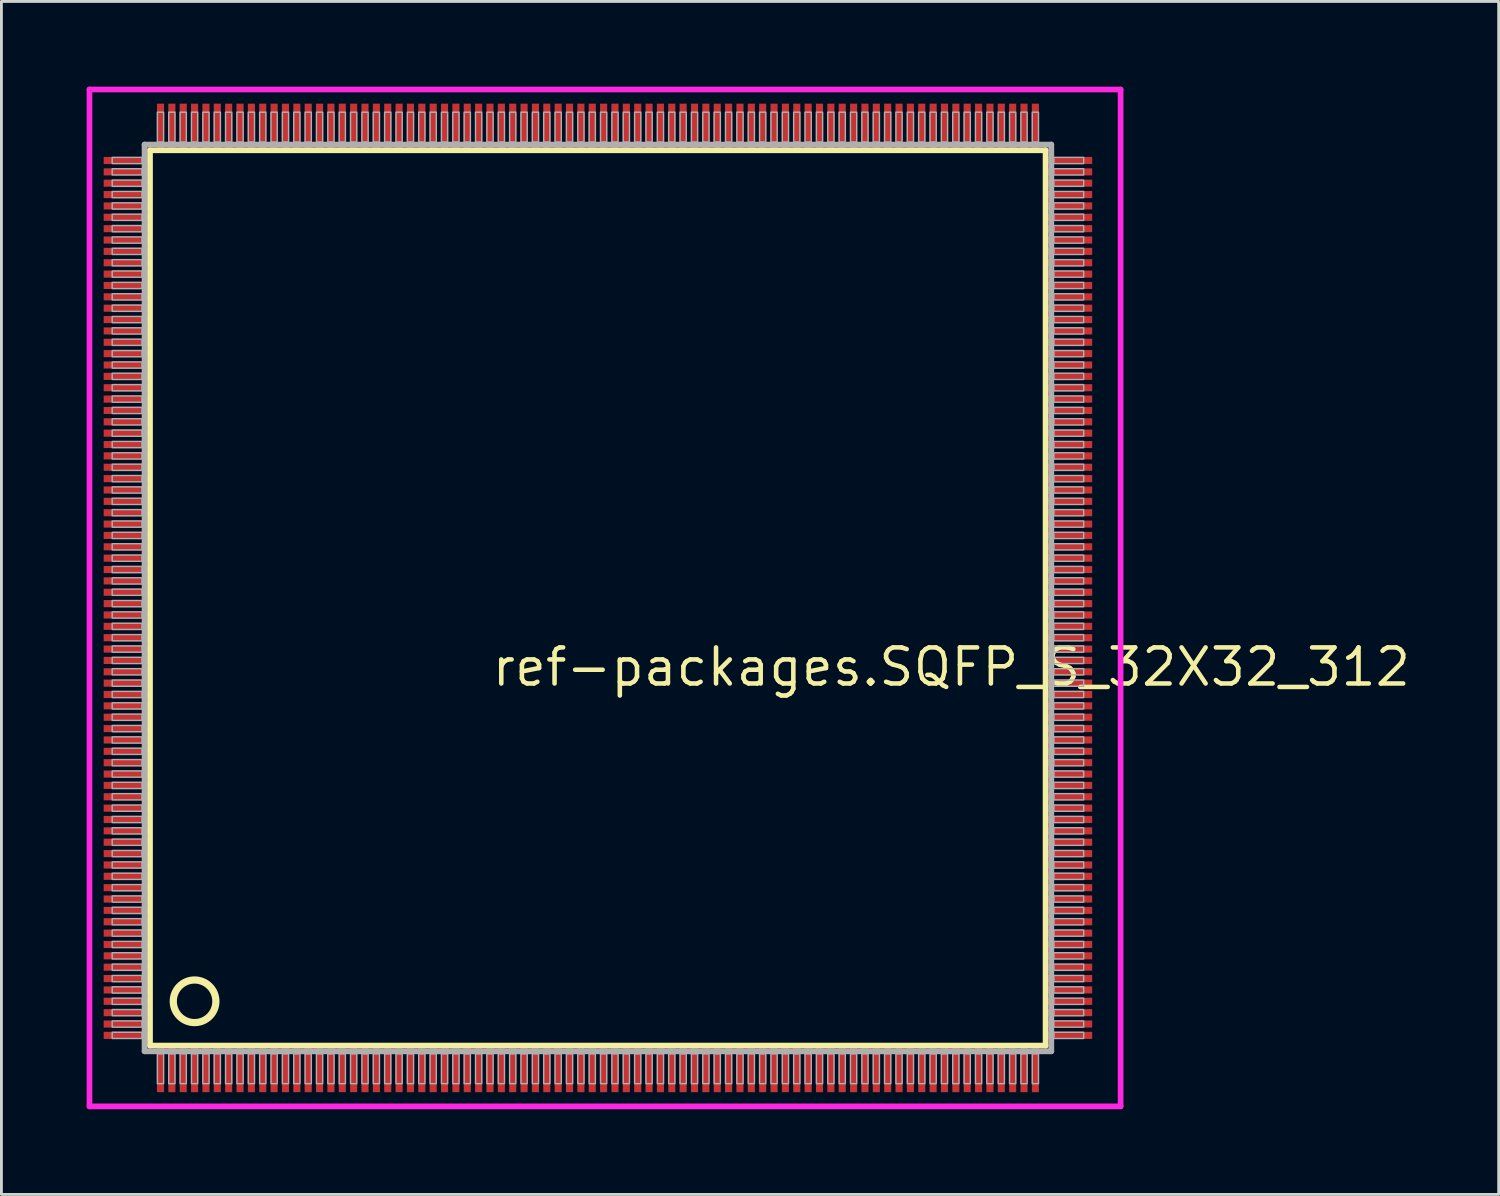
<source format=kicad_pcb>
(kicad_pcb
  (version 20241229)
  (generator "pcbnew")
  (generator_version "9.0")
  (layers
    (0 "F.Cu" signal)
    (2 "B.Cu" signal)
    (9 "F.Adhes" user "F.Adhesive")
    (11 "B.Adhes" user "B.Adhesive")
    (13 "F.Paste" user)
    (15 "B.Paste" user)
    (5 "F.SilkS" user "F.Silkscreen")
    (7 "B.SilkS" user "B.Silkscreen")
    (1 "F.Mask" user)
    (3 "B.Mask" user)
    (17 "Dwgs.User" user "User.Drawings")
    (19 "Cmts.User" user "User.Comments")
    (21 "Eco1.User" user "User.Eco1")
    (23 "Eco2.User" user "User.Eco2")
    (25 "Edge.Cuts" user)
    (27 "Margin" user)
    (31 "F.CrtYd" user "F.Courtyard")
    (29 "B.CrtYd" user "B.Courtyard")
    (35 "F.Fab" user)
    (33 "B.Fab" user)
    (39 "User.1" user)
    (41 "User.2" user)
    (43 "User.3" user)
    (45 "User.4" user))
  (footprint "ref-packages.SQFP_S_32X32_312"
    (layer "F.Cu")
    (at 18 18)
    (property "Reference" "ref-packages.SQFP_S_32X32_312" (at -3.81 3.175 0) (layer "F.SilkS") (effects (font (size 1.27 1.27) (thickness 0.16)) (justify left bottom)))
    (attr smd)
    (fp_line (start -15.77 -15.76) (end 15.76 -15.76) (stroke (width 0.203) (type default)) (layer "F.SilkS"))
    (fp_line (start -15.77 15.76) (end -15.77 -15.76) (stroke (width 0.203) (type default)) (layer "F.SilkS"))
    (fp_line (start 15.76 15.76) (end -15.77 15.76) (stroke (width 0.203) (type default)) (layer "F.SilkS"))
    (fp_line (start 15.76 -15.76) (end 15.76 15.76) (stroke (width 0.203) (type default)) (layer "F.SilkS"))
    (fp_circle (center -14.2 14.2) (end -13.45 14.2) (stroke (width 0.254) (type default)) (fill no) (layer "F.SilkS"))
    (fp_line (start -17.9 -17.9) (end 18.4 -17.9) (stroke (width 0.2) (type default)) (layer "F.CrtYd"))
    (fp_line (start -17.9 17.9) (end -17.9 -17.9) (stroke (width 0.2) (type default)) (layer "F.CrtYd"))
    (fp_line (start 18.4 -17.9) (end 18.4 17.9) (stroke (width 0.2) (type default)) (layer "F.CrtYd"))
    (fp_line (start 18.4 17.9) (end -17.9 17.9) (stroke (width 0.2) (type default)) (layer "F.CrtYd"))
    (fp_line (start -15.96 -15.96) (end -15.96 15.96) (stroke (width 0.203) (type default)) (layer "F.Fab"))
    (fp_line (start -15.96 15.96) (end 15.96 15.96) (stroke (width 0.203) (type default)) (layer "F.Fab"))
    (fp_line (start 15.96 -15.96) (end -15.96 -15.96) (stroke (width 0.203) (type default)) (layer "F.Fab"))
    (fp_line (start 15.96 15.96) (end 15.96 -15.96) (stroke (width 0.203) (type default)) (layer "F.Fab"))
    (fp_rect (start -17.1 -15.29) (end -16.05 -15.51) (stroke (width 0.05) (type default)) (fill no) (layer "F.Fab"))
    (fp_rect (start -17.1 -14.89) (end -16.05 -15.11) (stroke (width 0.05) (type default)) (fill no) (layer "F.Fab"))
    (fp_rect (start -17.1 -14.49) (end -16.05 -14.71) (stroke (width 0.05) (type default)) (fill no) (layer "F.Fab"))
    (fp_rect (start -17.1 -14.09) (end -16.05 -14.31) (stroke (width 0.05) (type default)) (fill no) (layer "F.Fab"))
    (fp_rect (start -17.1 -13.69) (end -16.05 -13.91) (stroke (width 0.05) (type default)) (fill no) (layer "F.Fab"))
    (fp_rect (start -17.1 -13.29) (end -16.05 -13.51) (stroke (width 0.05) (type default)) (fill no) (layer "F.Fab"))
    (fp_rect (start -17.1 -12.89) (end -16.05 -13.11) (stroke (width 0.05) (type default)) (fill no) (layer "F.Fab"))
    (fp_rect (start -17.1 -12.49) (end -16.05 -12.71) (stroke (width 0.05) (type default)) (fill no) (layer "F.Fab"))
    (fp_rect (start -17.1 -12.09) (end -16.05 -12.31) (stroke (width 0.05) (type default)) (fill no) (layer "F.Fab"))
    (fp_rect (start -17.1 -11.69) (end -16.05 -11.91) (stroke (width 0.05) (type default)) (fill no) (layer "F.Fab"))
    (fp_rect (start -17.1 -11.29) (end -16.05 -11.51) (stroke (width 0.05) (type default)) (fill no) (layer "F.Fab"))
    (fp_rect (start -17.1 -10.89) (end -16.05 -11.11) (stroke (width 0.05) (type default)) (fill no) (layer "F.Fab"))
    (fp_rect (start -17.1 -10.49) (end -16.05 -10.71) (stroke (width 0.05) (type default)) (fill no) (layer "F.Fab"))
    (fp_rect (start -17.1 -10.09) (end -16.05 -10.31) (stroke (width 0.05) (type default)) (fill no) (layer "F.Fab"))
    (fp_rect (start -17.1 -9.69) (end -16.05 -9.91) (stroke (width 0.05) (type default)) (fill no) (layer "F.Fab"))
    (fp_rect (start -17.1 -9.29) (end -16.05 -9.51) (stroke (width 0.05) (type default)) (fill no) (layer "F.Fab"))
    (fp_rect (start -17.1 -8.89) (end -16.05 -9.11) (stroke (width 0.05) (type default)) (fill no) (layer "F.Fab"))
    (fp_rect (start -17.1 -8.49) (end -16.05 -8.71) (stroke (width 0.05) (type default)) (fill no) (layer "F.Fab"))
    (fp_rect (start -17.1 -8.09) (end -16.05 -8.31) (stroke (width 0.05) (type default)) (fill no) (layer "F.Fab"))
    (fp_rect (start -17.1 -7.69) (end -16.05 -7.91) (stroke (width 0.05) (type default)) (fill no) (layer "F.Fab"))
    (fp_rect (start -17.1 -7.29) (end -16.05 -7.51) (stroke (width 0.05) (type default)) (fill no) (layer "F.Fab"))
    (fp_rect (start -17.1 -6.89) (end -16.05 -7.11) (stroke (width 0.05) (type default)) (fill no) (layer "F.Fab"))
    (fp_rect (start -17.1 -6.49) (end -16.05 -6.71) (stroke (width 0.05) (type default)) (fill no) (layer "F.Fab"))
    (fp_rect (start -17.1 -6.09) (end -16.05 -6.31) (stroke (width 0.05) (type default)) (fill no) (layer "F.Fab"))
    (fp_rect (start -17.1 -5.69) (end -16.05 -5.91) (stroke (width 0.05) (type default)) (fill no) (layer "F.Fab"))
    (fp_rect (start -17.1 -5.29) (end -16.05 -5.51) (stroke (width 0.05) (type default)) (fill no) (layer "F.Fab"))
    (fp_rect (start -17.1 -4.89) (end -16.05 -5.11) (stroke (width 0.05) (type default)) (fill no) (layer "F.Fab"))
    (fp_rect (start -17.1 -4.49) (end -16.05 -4.71) (stroke (width 0.05) (type default)) (fill no) (layer "F.Fab"))
    (fp_rect (start -17.1 -4.09) (end -16.05 -4.31) (stroke (width 0.05) (type default)) (fill no) (layer "F.Fab"))
    (fp_rect (start -17.1 -3.69) (end -16.05 -3.91) (stroke (width 0.05) (type default)) (fill no) (layer "F.Fab"))
    (fp_rect (start -17.1 -3.29) (end -16.05 -3.51) (stroke (width 0.05) (type default)) (fill no) (layer "F.Fab"))
    (fp_rect (start -17.1 -2.89) (end -16.05 -3.11) (stroke (width 0.05) (type default)) (fill no) (layer "F.Fab"))
    (fp_rect (start -17.1 -2.49) (end -16.05 -2.71) (stroke (width 0.05) (type default)) (fill no) (layer "F.Fab"))
    (fp_rect (start -17.1 -2.09) (end -16.05 -2.31) (stroke (width 0.05) (type default)) (fill no) (layer "F.Fab"))
    (fp_rect (start -17.1 -1.69) (end -16.05 -1.91) (stroke (width 0.05) (type default)) (fill no) (layer "F.Fab"))
    (fp_rect (start -17.1 -1.29) (end -16.05 -1.51) (stroke (width 0.05) (type default)) (fill no) (layer "F.Fab"))
    (fp_rect (start -17.1 -0.89) (end -16.05 -1.11) (stroke (width 0.05) (type default)) (fill no) (layer "F.Fab"))
    (fp_rect (start -17.1 -0.49) (end -16.05 -0.71) (stroke (width 0.05) (type default)) (fill no) (layer "F.Fab"))
    (fp_rect (start -17.1 -0.09) (end -16.05 -0.31) (stroke (width 0.05) (type default)) (fill no) (layer "F.Fab"))
    (fp_rect (start -17.1 0.31) (end -16.05 0.09) (stroke (width 0.05) (type default)) (fill no) (layer "F.Fab"))
    (fp_rect (start -17.1 0.71) (end -16.05 0.49) (stroke (width 0.05) (type default)) (fill no) (layer "F.Fab"))
    (fp_rect (start -17.1 1.11) (end -16.05 0.89) (stroke (width 0.05) (type default)) (fill no) (layer "F.Fab"))
    (fp_rect (start -17.1 1.51) (end -16.05 1.29) (stroke (width 0.05) (type default)) (fill no) (layer "F.Fab"))
    (fp_rect (start -17.1 1.91) (end -16.05 1.69) (stroke (width 0.05) (type default)) (fill no) (layer "F.Fab"))
    (fp_rect (start -17.1 2.31) (end -16.05 2.09) (stroke (width 0.05) (type default)) (fill no) (layer "F.Fab"))
    (fp_rect (start -17.1 2.71) (end -16.05 2.49) (stroke (width 0.05) (type default)) (fill no) (layer "F.Fab"))
    (fp_rect (start -17.1 3.11) (end -16.05 2.89) (stroke (width 0.05) (type default)) (fill no) (layer "F.Fab"))
    (fp_rect (start -17.1 3.51) (end -16.05 3.29) (stroke (width 0.05) (type default)) (fill no) (layer "F.Fab"))
    (fp_rect (start -17.1 3.91) (end -16.05 3.69) (stroke (width 0.05) (type default)) (fill no) (layer "F.Fab"))
    (fp_rect (start -17.1 4.31) (end -16.05 4.09) (stroke (width 0.05) (type default)) (fill no) (layer "F.Fab"))
    (fp_rect (start -17.1 4.71) (end -16.05 4.49) (stroke (width 0.05) (type default)) (fill no) (layer "F.Fab"))
    (fp_rect (start -17.1 5.11) (end -16.05 4.89) (stroke (width 0.05) (type default)) (fill no) (layer "F.Fab"))
    (fp_rect (start -17.1 5.51) (end -16.05 5.29) (stroke (width 0.05) (type default)) (fill no) (layer "F.Fab"))
    (fp_rect (start -17.1 5.91) (end -16.05 5.69) (stroke (width 0.05) (type default)) (fill no) (layer "F.Fab"))
    (fp_rect (start -17.1 6.31) (end -16.05 6.09) (stroke (width 0.05) (type default)) (fill no) (layer "F.Fab"))
    (fp_rect (start -17.1 6.71) (end -16.05 6.49) (stroke (width 0.05) (type default)) (fill no) (layer "F.Fab"))
    (fp_rect (start -17.1 7.11) (end -16.05 6.89) (stroke (width 0.05) (type default)) (fill no) (layer "F.Fab"))
    (fp_rect (start -17.1 7.51) (end -16.05 7.29) (stroke (width 0.05) (type default)) (fill no) (layer "F.Fab"))
    (fp_rect (start -17.1 7.91) (end -16.05 7.69) (stroke (width 0.05) (type default)) (fill no) (layer "F.Fab"))
    (fp_rect (start -17.1 8.31) (end -16.05 8.09) (stroke (width 0.05) (type default)) (fill no) (layer "F.Fab"))
    (fp_rect (start -17.1 8.71) (end -16.05 8.49) (stroke (width 0.05) (type default)) (fill no) (layer "F.Fab"))
    (fp_rect (start -17.1 9.11) (end -16.05 8.89) (stroke (width 0.05) (type default)) (fill no) (layer "F.Fab"))
    (fp_rect (start -17.1 9.51) (end -16.05 9.29) (stroke (width 0.05) (type default)) (fill no) (layer "F.Fab"))
    (fp_rect (start -17.1 9.91) (end -16.05 9.69) (stroke (width 0.05) (type default)) (fill no) (layer "F.Fab"))
    (fp_rect (start -17.1 10.31) (end -16.05 10.09) (stroke (width 0.05) (type default)) (fill no) (layer "F.Fab"))
    (fp_rect (start -17.1 10.71) (end -16.05 10.49) (stroke (width 0.05) (type default)) (fill no) (layer "F.Fab"))
    (fp_rect (start -17.1 11.11) (end -16.05 10.89) (stroke (width 0.05) (type default)) (fill no) (layer "F.Fab"))
    (fp_rect (start -17.1 11.51) (end -16.05 11.29) (stroke (width 0.05) (type default)) (fill no) (layer "F.Fab"))
    (fp_rect (start -17.1 11.91) (end -16.05 11.69) (stroke (width 0.05) (type default)) (fill no) (layer "F.Fab"))
    (fp_rect (start -17.1 12.31) (end -16.05 12.09) (stroke (width 0.05) (type default)) (fill no) (layer "F.Fab"))
    (fp_rect (start -17.1 12.71) (end -16.05 12.49) (stroke (width 0.05) (type default)) (fill no) (layer "F.Fab"))
    (fp_rect (start -17.1 13.11) (end -16.05 12.89) (stroke (width 0.05) (type default)) (fill no) (layer "F.Fab"))
    (fp_rect (start -17.1 13.51) (end -16.05 13.29) (stroke (width 0.05) (type default)) (fill no) (layer "F.Fab"))
    (fp_rect (start -17.1 13.91) (end -16.05 13.69) (stroke (width 0.05) (type default)) (fill no) (layer "F.Fab"))
    (fp_rect (start -17.1 14.31) (end -16.05 14.09) (stroke (width 0.05) (type default)) (fill no) (layer "F.Fab"))
    (fp_rect (start -17.1 14.71) (end -16.05 14.49) (stroke (width 0.05) (type default)) (fill no) (layer "F.Fab"))
    (fp_rect (start -17.1 15.11) (end -16.05 14.89) (stroke (width 0.05) (type default)) (fill no) (layer "F.Fab"))
    (fp_rect (start -17.1 15.51) (end -16.05 15.29) (stroke (width 0.05) (type default)) (fill no) (layer "F.Fab"))
    (fp_rect (start -15.51 -16.05) (end -15.29 -17.1) (stroke (width 0.05) (type default)) (fill no) (layer "F.Fab"))
    (fp_rect (start -15.51 17.1) (end -15.29 16.05) (stroke (width 0.05) (type default)) (fill no) (layer "F.Fab"))
    (fp_rect (start -15.11 -16.05) (end -14.89 -17.1) (stroke (width 0.05) (type default)) (fill no) (layer "F.Fab"))
    (fp_rect (start -15.11 17.1) (end -14.89 16.05) (stroke (width 0.05) (type default)) (fill no) (layer "F.Fab"))
    (fp_rect (start -14.71 -16.05) (end -14.49 -17.1) (stroke (width 0.05) (type default)) (fill no) (layer "F.Fab"))
    (fp_rect (start -14.71 17.1) (end -14.49 16.05) (stroke (width 0.05) (type default)) (fill no) (layer "F.Fab"))
    (fp_rect (start -14.31 -16.05) (end -14.09 -17.1) (stroke (width 0.05) (type default)) (fill no) (layer "F.Fab"))
    (fp_rect (start -14.31 17.1) (end -14.09 16.05) (stroke (width 0.05) (type default)) (fill no) (layer "F.Fab"))
    (fp_rect (start -13.91 -16.05) (end -13.69 -17.1) (stroke (width 0.05) (type default)) (fill no) (layer "F.Fab"))
    (fp_rect (start -13.91 17.1) (end -13.69 16.05) (stroke (width 0.05) (type default)) (fill no) (layer "F.Fab"))
    (fp_rect (start -13.51 -16.05) (end -13.29 -17.1) (stroke (width 0.05) (type default)) (fill no) (layer "F.Fab"))
    (fp_rect (start -13.51 17.1) (end -13.29 16.05) (stroke (width 0.05) (type default)) (fill no) (layer "F.Fab"))
    (fp_rect (start -13.11 -16.05) (end -12.89 -17.1) (stroke (width 0.05) (type default)) (fill no) (layer "F.Fab"))
    (fp_rect (start -13.11 17.1) (end -12.89 16.05) (stroke (width 0.05) (type default)) (fill no) (layer "F.Fab"))
    (fp_rect (start -12.71 -16.05) (end -12.49 -17.1) (stroke (width 0.05) (type default)) (fill no) (layer "F.Fab"))
    (fp_rect (start -12.71 17.1) (end -12.49 16.05) (stroke (width 0.05) (type default)) (fill no) (layer "F.Fab"))
    (fp_rect (start -12.31 -16.05) (end -12.09 -17.1) (stroke (width 0.05) (type default)) (fill no) (layer "F.Fab"))
    (fp_rect (start -12.31 17.1) (end -12.09 16.05) (stroke (width 0.05) (type default)) (fill no) (layer "F.Fab"))
    (fp_rect (start -11.91 -16.05) (end -11.69 -17.1) (stroke (width 0.05) (type default)) (fill no) (layer "F.Fab"))
    (fp_rect (start -11.91 17.1) (end -11.69 16.05) (stroke (width 0.05) (type default)) (fill no) (layer "F.Fab"))
    (fp_rect (start -11.51 -16.05) (end -11.29 -17.1) (stroke (width 0.05) (type default)) (fill no) (layer "F.Fab"))
    (fp_rect (start -11.51 17.1) (end -11.29 16.05) (stroke (width 0.05) (type default)) (fill no) (layer "F.Fab"))
    (fp_rect (start -11.11 -16.05) (end -10.89 -17.1) (stroke (width 0.05) (type default)) (fill no) (layer "F.Fab"))
    (fp_rect (start -11.11 17.1) (end -10.89 16.05) (stroke (width 0.05) (type default)) (fill no) (layer "F.Fab"))
    (fp_rect (start -10.71 -16.05) (end -10.49 -17.1) (stroke (width 0.05) (type default)) (fill no) (layer "F.Fab"))
    (fp_rect (start -10.71 17.1) (end -10.49 16.05) (stroke (width 0.05) (type default)) (fill no) (layer "F.Fab"))
    (fp_rect (start -10.31 -16.05) (end -10.09 -17.1) (stroke (width 0.05) (type default)) (fill no) (layer "F.Fab"))
    (fp_rect (start -10.31 17.1) (end -10.09 16.05) (stroke (width 0.05) (type default)) (fill no) (layer "F.Fab"))
    (fp_rect (start -9.91 -16.05) (end -9.69 -17.1) (stroke (width 0.05) (type default)) (fill no) (layer "F.Fab"))
    (fp_rect (start -9.91 17.1) (end -9.69 16.05) (stroke (width 0.05) (type default)) (fill no) (layer "F.Fab"))
    (fp_rect (start -9.51 -16.05) (end -9.29 -17.1) (stroke (width 0.05) (type default)) (fill no) (layer "F.Fab"))
    (fp_rect (start -9.51 17.1) (end -9.29 16.05) (stroke (width 0.05) (type default)) (fill no) (layer "F.Fab"))
    (fp_rect (start -9.11 -16.05) (end -8.89 -17.1) (stroke (width 0.05) (type default)) (fill no) (layer "F.Fab"))
    (fp_rect (start -9.11 17.1) (end -8.89 16.05) (stroke (width 0.05) (type default)) (fill no) (layer "F.Fab"))
    (fp_rect (start -8.71 -16.05) (end -8.49 -17.1) (stroke (width 0.05) (type default)) (fill no) (layer "F.Fab"))
    (fp_rect (start -8.71 17.1) (end -8.49 16.05) (stroke (width 0.05) (type default)) (fill no) (layer "F.Fab"))
    (fp_rect (start -8.31 -16.05) (end -8.09 -17.1) (stroke (width 0.05) (type default)) (fill no) (layer "F.Fab"))
    (fp_rect (start -8.31 17.1) (end -8.09 16.05) (stroke (width 0.05) (type default)) (fill no) (layer "F.Fab"))
    (fp_rect (start -7.91 -16.05) (end -7.69 -17.1) (stroke (width 0.05) (type default)) (fill no) (layer "F.Fab"))
    (fp_rect (start -7.91 17.1) (end -7.69 16.05) (stroke (width 0.05) (type default)) (fill no) (layer "F.Fab"))
    (fp_rect (start -7.51 -16.05) (end -7.29 -17.1) (stroke (width 0.05) (type default)) (fill no) (layer "F.Fab"))
    (fp_rect (start -7.51 17.1) (end -7.29 16.05) (stroke (width 0.05) (type default)) (fill no) (layer "F.Fab"))
    (fp_rect (start -7.11 -16.05) (end -6.89 -17.1) (stroke (width 0.05) (type default)) (fill no) (layer "F.Fab"))
    (fp_rect (start -7.11 17.1) (end -6.89 16.05) (stroke (width 0.05) (type default)) (fill no) (layer "F.Fab"))
    (fp_rect (start -6.71 -16.05) (end -6.49 -17.1) (stroke (width 0.05) (type default)) (fill no) (layer "F.Fab"))
    (fp_rect (start -6.71 17.1) (end -6.49 16.05) (stroke (width 0.05) (type default)) (fill no) (layer "F.Fab"))
    (fp_rect (start -6.31 -16.05) (end -6.09 -17.1) (stroke (width 0.05) (type default)) (fill no) (layer "F.Fab"))
    (fp_rect (start -6.31 17.1) (end -6.09 16.05) (stroke (width 0.05) (type default)) (fill no) (layer "F.Fab"))
    (fp_rect (start -5.91 -16.05) (end -5.69 -17.1) (stroke (width 0.05) (type default)) (fill no) (layer "F.Fab"))
    (fp_rect (start -5.91 17.1) (end -5.69 16.05) (stroke (width 0.05) (type default)) (fill no) (layer "F.Fab"))
    (fp_rect (start -5.51 -16.05) (end -5.29 -17.1) (stroke (width 0.05) (type default)) (fill no) (layer "F.Fab"))
    (fp_rect (start -5.51 17.1) (end -5.29 16.05) (stroke (width 0.05) (type default)) (fill no) (layer "F.Fab"))
    (fp_rect (start -5.11 -16.05) (end -4.89 -17.1) (stroke (width 0.05) (type default)) (fill no) (layer "F.Fab"))
    (fp_rect (start -5.11 17.1) (end -4.89 16.05) (stroke (width 0.05) (type default)) (fill no) (layer "F.Fab"))
    (fp_rect (start -4.71 -16.05) (end -4.49 -17.1) (stroke (width 0.05) (type default)) (fill no) (layer "F.Fab"))
    (fp_rect (start -4.71 17.1) (end -4.49 16.05) (stroke (width 0.05) (type default)) (fill no) (layer "F.Fab"))
    (fp_rect (start -4.31 -16.05) (end -4.09 -17.1) (stroke (width 0.05) (type default)) (fill no) (layer "F.Fab"))
    (fp_rect (start -4.31 17.1) (end -4.09 16.05) (stroke (width 0.05) (type default)) (fill no) (layer "F.Fab"))
    (fp_rect (start -3.91 -16.05) (end -3.69 -17.1) (stroke (width 0.05) (type default)) (fill no) (layer "F.Fab"))
    (fp_rect (start -3.91 17.1) (end -3.69 16.05) (stroke (width 0.05) (type default)) (fill no) (layer "F.Fab"))
    (fp_rect (start -3.51 -16.05) (end -3.29 -17.1) (stroke (width 0.05) (type default)) (fill no) (layer "F.Fab"))
    (fp_rect (start -3.51 17.1) (end -3.29 16.05) (stroke (width 0.05) (type default)) (fill no) (layer "F.Fab"))
    (fp_rect (start -3.11 -16.05) (end -2.89 -17.1) (stroke (width 0.05) (type default)) (fill no) (layer "F.Fab"))
    (fp_rect (start -3.11 17.1) (end -2.89 16.05) (stroke (width 0.05) (type default)) (fill no) (layer "F.Fab"))
    (fp_rect (start -2.71 -16.05) (end -2.49 -17.1) (stroke (width 0.05) (type default)) (fill no) (layer "F.Fab"))
    (fp_rect (start -2.71 17.1) (end -2.49 16.05) (stroke (width 0.05) (type default)) (fill no) (layer "F.Fab"))
    (fp_rect (start -2.31 -16.05) (end -2.09 -17.1) (stroke (width 0.05) (type default)) (fill no) (layer "F.Fab"))
    (fp_rect (start -2.31 17.1) (end -2.09 16.05) (stroke (width 0.05) (type default)) (fill no) (layer "F.Fab"))
    (fp_rect (start -1.91 -16.05) (end -1.69 -17.1) (stroke (width 0.05) (type default)) (fill no) (layer "F.Fab"))
    (fp_rect (start -1.91 17.1) (end -1.69 16.05) (stroke (width 0.05) (type default)) (fill no) (layer "F.Fab"))
    (fp_rect (start -1.51 -16.05) (end -1.29 -17.1) (stroke (width 0.05) (type default)) (fill no) (layer "F.Fab"))
    (fp_rect (start -1.51 17.1) (end -1.29 16.05) (stroke (width 0.05) (type default)) (fill no) (layer "F.Fab"))
    (fp_rect (start -1.11 -16.05) (end -0.89 -17.1) (stroke (width 0.05) (type default)) (fill no) (layer "F.Fab"))
    (fp_rect (start -1.11 17.1) (end -0.89 16.05) (stroke (width 0.05) (type default)) (fill no) (layer "F.Fab"))
    (fp_rect (start -0.71 -16.05) (end -0.49 -17.1) (stroke (width 0.05) (type default)) (fill no) (layer "F.Fab"))
    (fp_rect (start -0.71 17.1) (end -0.49 16.05) (stroke (width 0.05) (type default)) (fill no) (layer "F.Fab"))
    (fp_rect (start -0.31 -16.05) (end -0.09 -17.1) (stroke (width 0.05) (type default)) (fill no) (layer "F.Fab"))
    (fp_rect (start -0.31 17.1) (end -0.09 16.05) (stroke (width 0.05) (type default)) (fill no) (layer "F.Fab"))
    (fp_rect (start 0.09 -16.05) (end 0.31 -17.1) (stroke (width 0.05) (type default)) (fill no) (layer "F.Fab"))
    (fp_rect (start 0.09 17.1) (end 0.31 16.05) (stroke (width 0.05) (type default)) (fill no) (layer "F.Fab"))
    (fp_rect (start 0.49 -16.05) (end 0.71 -17.1) (stroke (width 0.05) (type default)) (fill no) (layer "F.Fab"))
    (fp_rect (start 0.49 17.1) (end 0.71 16.05) (stroke (width 0.05) (type default)) (fill no) (layer "F.Fab"))
    (fp_rect (start 0.89 -16.05) (end 1.11 -17.1) (stroke (width 0.05) (type default)) (fill no) (layer "F.Fab"))
    (fp_rect (start 0.89 17.1) (end 1.11 16.05) (stroke (width 0.05) (type default)) (fill no) (layer "F.Fab"))
    (fp_rect (start 1.29 -16.05) (end 1.51 -17.1) (stroke (width 0.05) (type default)) (fill no) (layer "F.Fab"))
    (fp_rect (start 1.29 17.1) (end 1.51 16.05) (stroke (width 0.05) (type default)) (fill no) (layer "F.Fab"))
    (fp_rect (start 1.69 -16.05) (end 1.91 -17.1) (stroke (width 0.05) (type default)) (fill no) (layer "F.Fab"))
    (fp_rect (start 1.69 17.1) (end 1.91 16.05) (stroke (width 0.05) (type default)) (fill no) (layer "F.Fab"))
    (fp_rect (start 2.09 -16.05) (end 2.31 -17.1) (stroke (width 0.05) (type default)) (fill no) (layer "F.Fab"))
    (fp_rect (start 2.09 17.1) (end 2.31 16.05) (stroke (width 0.05) (type default)) (fill no) (layer "F.Fab"))
    (fp_rect (start 2.49 -16.05) (end 2.71 -17.1) (stroke (width 0.05) (type default)) (fill no) (layer "F.Fab"))
    (fp_rect (start 2.49 17.1) (end 2.71 16.05) (stroke (width 0.05) (type default)) (fill no) (layer "F.Fab"))
    (fp_rect (start 2.89 -16.05) (end 3.11 -17.1) (stroke (width 0.05) (type default)) (fill no) (layer "F.Fab"))
    (fp_rect (start 2.89 17.1) (end 3.11 16.05) (stroke (width 0.05) (type default)) (fill no) (layer "F.Fab"))
    (fp_rect (start 3.29 -16.05) (end 3.51 -17.1) (stroke (width 0.05) (type default)) (fill no) (layer "F.Fab"))
    (fp_rect (start 3.29 17.1) (end 3.51 16.05) (stroke (width 0.05) (type default)) (fill no) (layer "F.Fab"))
    (fp_rect (start 3.69 -16.05) (end 3.91 -17.1) (stroke (width 0.05) (type default)) (fill no) (layer "F.Fab"))
    (fp_rect (start 3.69 17.1) (end 3.91 16.05) (stroke (width 0.05) (type default)) (fill no) (layer "F.Fab"))
    (fp_rect (start 4.09 -16.05) (end 4.31 -17.1) (stroke (width 0.05) (type default)) (fill no) (layer "F.Fab"))
    (fp_rect (start 4.09 17.1) (end 4.31 16.05) (stroke (width 0.05) (type default)) (fill no) (layer "F.Fab"))
    (fp_rect (start 4.49 -16.05) (end 4.71 -17.1) (stroke (width 0.05) (type default)) (fill no) (layer "F.Fab"))
    (fp_rect (start 4.49 17.1) (end 4.71 16.05) (stroke (width 0.05) (type default)) (fill no) (layer "F.Fab"))
    (fp_rect (start 4.89 -16.05) (end 5.11 -17.1) (stroke (width 0.05) (type default)) (fill no) (layer "F.Fab"))
    (fp_rect (start 4.89 17.1) (end 5.11 16.05) (stroke (width 0.05) (type default)) (fill no) (layer "F.Fab"))
    (fp_rect (start 5.29 -16.05) (end 5.51 -17.1) (stroke (width 0.05) (type default)) (fill no) (layer "F.Fab"))
    (fp_rect (start 5.29 17.1) (end 5.51 16.05) (stroke (width 0.05) (type default)) (fill no) (layer "F.Fab"))
    (fp_rect (start 5.69 -16.05) (end 5.91 -17.1) (stroke (width 0.05) (type default)) (fill no) (layer "F.Fab"))
    (fp_rect (start 5.69 17.1) (end 5.91 16.05) (stroke (width 0.05) (type default)) (fill no) (layer "F.Fab"))
    (fp_rect (start 6.09 -16.05) (end 6.31 -17.1) (stroke (width 0.05) (type default)) (fill no) (layer "F.Fab"))
    (fp_rect (start 6.09 17.1) (end 6.31 16.05) (stroke (width 0.05) (type default)) (fill no) (layer "F.Fab"))
    (fp_rect (start 6.49 -16.05) (end 6.71 -17.1) (stroke (width 0.05) (type default)) (fill no) (layer "F.Fab"))
    (fp_rect (start 6.49 17.1) (end 6.71 16.05) (stroke (width 0.05) (type default)) (fill no) (layer "F.Fab"))
    (fp_rect (start 6.89 -16.05) (end 7.11 -17.1) (stroke (width 0.05) (type default)) (fill no) (layer "F.Fab"))
    (fp_rect (start 6.89 17.1) (end 7.11 16.05) (stroke (width 0.05) (type default)) (fill no) (layer "F.Fab"))
    (fp_rect (start 7.29 -16.05) (end 7.51 -17.1) (stroke (width 0.05) (type default)) (fill no) (layer "F.Fab"))
    (fp_rect (start 7.29 17.1) (end 7.51 16.05) (stroke (width 0.05) (type default)) (fill no) (layer "F.Fab"))
    (fp_rect (start 7.69 -16.05) (end 7.91 -17.1) (stroke (width 0.05) (type default)) (fill no) (layer "F.Fab"))
    (fp_rect (start 7.69 17.1) (end 7.91 16.05) (stroke (width 0.05) (type default)) (fill no) (layer "F.Fab"))
    (fp_rect (start 8.09 -16.05) (end 8.31 -17.1) (stroke (width 0.05) (type default)) (fill no) (layer "F.Fab"))
    (fp_rect (start 8.09 17.1) (end 8.31 16.05) (stroke (width 0.05) (type default)) (fill no) (layer "F.Fab"))
    (fp_rect (start 8.49 -16.05) (end 8.71 -17.1) (stroke (width 0.05) (type default)) (fill no) (layer "F.Fab"))
    (fp_rect (start 8.49 17.1) (end 8.71 16.05) (stroke (width 0.05) (type default)) (fill no) (layer "F.Fab"))
    (fp_rect (start 8.89 -16.05) (end 9.11 -17.1) (stroke (width 0.05) (type default)) (fill no) (layer "F.Fab"))
    (fp_rect (start 8.89 17.1) (end 9.11 16.05) (stroke (width 0.05) (type default)) (fill no) (layer "F.Fab"))
    (fp_rect (start 9.29 -16.05) (end 9.51 -17.1) (stroke (width 0.05) (type default)) (fill no) (layer "F.Fab"))
    (fp_rect (start 9.29 17.1) (end 9.51 16.05) (stroke (width 0.05) (type default)) (fill no) (layer "F.Fab"))
    (fp_rect (start 9.69 -16.05) (end 9.91 -17.1) (stroke (width 0.05) (type default)) (fill no) (layer "F.Fab"))
    (fp_rect (start 9.69 17.1) (end 9.91 16.05) (stroke (width 0.05) (type default)) (fill no) (layer "F.Fab"))
    (fp_rect (start 10.09 -16.05) (end 10.31 -17.1) (stroke (width 0.05) (type default)) (fill no) (layer "F.Fab"))
    (fp_rect (start 10.09 17.1) (end 10.31 16.05) (stroke (width 0.05) (type default)) (fill no) (layer "F.Fab"))
    (fp_rect (start 10.49 -16.05) (end 10.71 -17.1) (stroke (width 0.05) (type default)) (fill no) (layer "F.Fab"))
    (fp_rect (start 10.49 17.1) (end 10.71 16.05) (stroke (width 0.05) (type default)) (fill no) (layer "F.Fab"))
    (fp_rect (start 10.89 -16.05) (end 11.11 -17.1) (stroke (width 0.05) (type default)) (fill no) (layer "F.Fab"))
    (fp_rect (start 10.89 17.1) (end 11.11 16.05) (stroke (width 0.05) (type default)) (fill no) (layer "F.Fab"))
    (fp_rect (start 11.29 -16.05) (end 11.51 -17.1) (stroke (width 0.05) (type default)) (fill no) (layer "F.Fab"))
    (fp_rect (start 11.29 17.1) (end 11.51 16.05) (stroke (width 0.05) (type default)) (fill no) (layer "F.Fab"))
    (fp_rect (start 11.69 -16.05) (end 11.91 -17.1) (stroke (width 0.05) (type default)) (fill no) (layer "F.Fab"))
    (fp_rect (start 11.69 17.1) (end 11.91 16.05) (stroke (width 0.05) (type default)) (fill no) (layer "F.Fab"))
    (fp_rect (start 12.09 -16.05) (end 12.31 -17.1) (stroke (width 0.05) (type default)) (fill no) (layer "F.Fab"))
    (fp_rect (start 12.09 17.1) (end 12.31 16.05) (stroke (width 0.05) (type default)) (fill no) (layer "F.Fab"))
    (fp_rect (start 12.49 -16.05) (end 12.71 -17.1) (stroke (width 0.05) (type default)) (fill no) (layer "F.Fab"))
    (fp_rect (start 12.49 17.1) (end 12.71 16.05) (stroke (width 0.05) (type default)) (fill no) (layer "F.Fab"))
    (fp_rect (start 12.89 -16.05) (end 13.11 -17.1) (stroke (width 0.05) (type default)) (fill no) (layer "F.Fab"))
    (fp_rect (start 12.89 17.1) (end 13.11 16.05) (stroke (width 0.05) (type default)) (fill no) (layer "F.Fab"))
    (fp_rect (start 13.29 -16.05) (end 13.51 -17.1) (stroke (width 0.05) (type default)) (fill no) (layer "F.Fab"))
    (fp_rect (start 13.29 17.1) (end 13.51 16.05) (stroke (width 0.05) (type default)) (fill no) (layer "F.Fab"))
    (fp_rect (start 13.69 -16.05) (end 13.91 -17.1) (stroke (width 0.05) (type default)) (fill no) (layer "F.Fab"))
    (fp_rect (start 13.69 17.1) (end 13.91 16.05) (stroke (width 0.05) (type default)) (fill no) (layer "F.Fab"))
    (fp_rect (start 14.09 -16.05) (end 14.31 -17.1) (stroke (width 0.05) (type default)) (fill no) (layer "F.Fab"))
    (fp_rect (start 14.09 17.1) (end 14.31 16.05) (stroke (width 0.05) (type default)) (fill no) (layer "F.Fab"))
    (fp_rect (start 14.49 -16.05) (end 14.71 -17.1) (stroke (width 0.05) (type default)) (fill no) (layer "F.Fab"))
    (fp_rect (start 14.49 17.1) (end 14.71 16.05) (stroke (width 0.05) (type default)) (fill no) (layer "F.Fab"))
    (fp_rect (start 14.89 -16.05) (end 15.11 -17.1) (stroke (width 0.05) (type default)) (fill no) (layer "F.Fab"))
    (fp_rect (start 14.89 17.1) (end 15.11 16.05) (stroke (width 0.05) (type default)) (fill no) (layer "F.Fab"))
    (fp_rect (start 15.29 -16.05) (end 15.51 -17.1) (stroke (width 0.05) (type default)) (fill no) (layer "F.Fab"))
    (fp_rect (start 15.29 17.1) (end 15.51 16.05) (stroke (width 0.05) (type default)) (fill no) (layer "F.Fab"))
    (fp_rect (start 16.05 -15.29) (end 17.1 -15.51) (stroke (width 0.05) (type default)) (fill no) (layer "F.Fab"))
    (fp_rect (start 16.05 -14.89) (end 17.1 -15.11) (stroke (width 0.05) (type default)) (fill no) (layer "F.Fab"))
    (fp_rect (start 16.05 -14.49) (end 17.1 -14.71) (stroke (width 0.05) (type default)) (fill no) (layer "F.Fab"))
    (fp_rect (start 16.05 -14.09) (end 17.1 -14.31) (stroke (width 0.05) (type default)) (fill no) (layer "F.Fab"))
    (fp_rect (start 16.05 -13.69) (end 17.1 -13.91) (stroke (width 0.05) (type default)) (fill no) (layer "F.Fab"))
    (fp_rect (start 16.05 -13.29) (end 17.1 -13.51) (stroke (width 0.05) (type default)) (fill no) (layer "F.Fab"))
    (fp_rect (start 16.05 -12.89) (end 17.1 -13.11) (stroke (width 0.05) (type default)) (fill no) (layer "F.Fab"))
    (fp_rect (start 16.05 -12.49) (end 17.1 -12.71) (stroke (width 0.05) (type default)) (fill no) (layer "F.Fab"))
    (fp_rect (start 16.05 -12.09) (end 17.1 -12.31) (stroke (width 0.05) (type default)) (fill no) (layer "F.Fab"))
    (fp_rect (start 16.05 -11.69) (end 17.1 -11.91) (stroke (width 0.05) (type default)) (fill no) (layer "F.Fab"))
    (fp_rect (start 16.05 -11.29) (end 17.1 -11.51) (stroke (width 0.05) (type default)) (fill no) (layer "F.Fab"))
    (fp_rect (start 16.05 -10.89) (end 17.1 -11.11) (stroke (width 0.05) (type default)) (fill no) (layer "F.Fab"))
    (fp_rect (start 16.05 -10.49) (end 17.1 -10.71) (stroke (width 0.05) (type default)) (fill no) (layer "F.Fab"))
    (fp_rect (start 16.05 -10.09) (end 17.1 -10.31) (stroke (width 0.05) (type default)) (fill no) (layer "F.Fab"))
    (fp_rect (start 16.05 -9.69) (end 17.1 -9.91) (stroke (width 0.05) (type default)) (fill no) (layer "F.Fab"))
    (fp_rect (start 16.05 -9.29) (end 17.1 -9.51) (stroke (width 0.05) (type default)) (fill no) (layer "F.Fab"))
    (fp_rect (start 16.05 -8.89) (end 17.1 -9.11) (stroke (width 0.05) (type default)) (fill no) (layer "F.Fab"))
    (fp_rect (start 16.05 -8.49) (end 17.1 -8.71) (stroke (width 0.05) (type default)) (fill no) (layer "F.Fab"))
    (fp_rect (start 16.05 -8.09) (end 17.1 -8.31) (stroke (width 0.05) (type default)) (fill no) (layer "F.Fab"))
    (fp_rect (start 16.05 -7.69) (end 17.1 -7.91) (stroke (width 0.05) (type default)) (fill no) (layer "F.Fab"))
    (fp_rect (start 16.05 -7.29) (end 17.1 -7.51) (stroke (width 0.05) (type default)) (fill no) (layer "F.Fab"))
    (fp_rect (start 16.05 -6.89) (end 17.1 -7.11) (stroke (width 0.05) (type default)) (fill no) (layer "F.Fab"))
    (fp_rect (start 16.05 -6.49) (end 17.1 -6.71) (stroke (width 0.05) (type default)) (fill no) (layer "F.Fab"))
    (fp_rect (start 16.05 -6.09) (end 17.1 -6.31) (stroke (width 0.05) (type default)) (fill no) (layer "F.Fab"))
    (fp_rect (start 16.05 -5.69) (end 17.1 -5.91) (stroke (width 0.05) (type default)) (fill no) (layer "F.Fab"))
    (fp_rect (start 16.05 -5.29) (end 17.1 -5.51) (stroke (width 0.05) (type default)) (fill no) (layer "F.Fab"))
    (fp_rect (start 16.05 -4.89) (end 17.1 -5.11) (stroke (width 0.05) (type default)) (fill no) (layer "F.Fab"))
    (fp_rect (start 16.05 -4.49) (end 17.1 -4.71) (stroke (width 0.05) (type default)) (fill no) (layer "F.Fab"))
    (fp_rect (start 16.05 -4.09) (end 17.1 -4.31) (stroke (width 0.05) (type default)) (fill no) (layer "F.Fab"))
    (fp_rect (start 16.05 -3.69) (end 17.1 -3.91) (stroke (width 0.05) (type default)) (fill no) (layer "F.Fab"))
    (fp_rect (start 16.05 -3.29) (end 17.1 -3.51) (stroke (width 0.05) (type default)) (fill no) (layer "F.Fab"))
    (fp_rect (start 16.05 -2.89) (end 17.1 -3.11) (stroke (width 0.05) (type default)) (fill no) (layer "F.Fab"))
    (fp_rect (start 16.05 -2.49) (end 17.1 -2.71) (stroke (width 0.05) (type default)) (fill no) (layer "F.Fab"))
    (fp_rect (start 16.05 -2.09) (end 17.1 -2.31) (stroke (width 0.05) (type default)) (fill no) (layer "F.Fab"))
    (fp_rect (start 16.05 -1.69) (end 17.1 -1.91) (stroke (width 0.05) (type default)) (fill no) (layer "F.Fab"))
    (fp_rect (start 16.05 -1.29) (end 17.1 -1.51) (stroke (width 0.05) (type default)) (fill no) (layer "F.Fab"))
    (fp_rect (start 16.05 -0.89) (end 17.1 -1.11) (stroke (width 0.05) (type default)) (fill no) (layer "F.Fab"))
    (fp_rect (start 16.05 -0.49) (end 17.1 -0.71) (stroke (width 0.05) (type default)) (fill no) (layer "F.Fab"))
    (fp_rect (start 16.05 -0.09) (end 17.1 -0.31) (stroke (width 0.05) (type default)) (fill no) (layer "F.Fab"))
    (fp_rect (start 16.05 0.31) (end 17.1 0.09) (stroke (width 0.05) (type default)) (fill no) (layer "F.Fab"))
    (fp_rect (start 16.05 0.71) (end 17.1 0.49) (stroke (width 0.05) (type default)) (fill no) (layer "F.Fab"))
    (fp_rect (start 16.05 1.11) (end 17.1 0.89) (stroke (width 0.05) (type default)) (fill no) (layer "F.Fab"))
    (fp_rect (start 16.05 1.51) (end 17.1 1.29) (stroke (width 0.05) (type default)) (fill no) (layer "F.Fab"))
    (fp_rect (start 16.05 1.91) (end 17.1 1.69) (stroke (width 0.05) (type default)) (fill no) (layer "F.Fab"))
    (fp_rect (start 16.05 2.31) (end 17.1 2.09) (stroke (width 0.05) (type default)) (fill no) (layer "F.Fab"))
    (fp_rect (start 16.05 2.71) (end 17.1 2.49) (stroke (width 0.05) (type default)) (fill no) (layer "F.Fab"))
    (fp_rect (start 16.05 3.11) (end 17.1 2.89) (stroke (width 0.05) (type default)) (fill no) (layer "F.Fab"))
    (fp_rect (start 16.05 3.51) (end 17.1 3.29) (stroke (width 0.05) (type default)) (fill no) (layer "F.Fab"))
    (fp_rect (start 16.05 3.91) (end 17.1 3.69) (stroke (width 0.05) (type default)) (fill no) (layer "F.Fab"))
    (fp_rect (start 16.05 4.31) (end 17.1 4.09) (stroke (width 0.05) (type default)) (fill no) (layer "F.Fab"))
    (fp_rect (start 16.05 4.71) (end 17.1 4.49) (stroke (width 0.05) (type default)) (fill no) (layer "F.Fab"))
    (fp_rect (start 16.05 5.11) (end 17.1 4.89) (stroke (width 0.05) (type default)) (fill no) (layer "F.Fab"))
    (fp_rect (start 16.05 5.51) (end 17.1 5.29) (stroke (width 0.05) (type default)) (fill no) (layer "F.Fab"))
    (fp_rect (start 16.05 5.91) (end 17.1 5.69) (stroke (width 0.05) (type default)) (fill no) (layer "F.Fab"))
    (fp_rect (start 16.05 6.31) (end 17.1 6.09) (stroke (width 0.05) (type default)) (fill no) (layer "F.Fab"))
    (fp_rect (start 16.05 6.71) (end 17.1 6.49) (stroke (width 0.05) (type default)) (fill no) (layer "F.Fab"))
    (fp_rect (start 16.05 7.11) (end 17.1 6.89) (stroke (width 0.05) (type default)) (fill no) (layer "F.Fab"))
    (fp_rect (start 16.05 7.51) (end 17.1 7.29) (stroke (width 0.05) (type default)) (fill no) (layer "F.Fab"))
    (fp_rect (start 16.05 7.91) (end 17.1 7.69) (stroke (width 0.05) (type default)) (fill no) (layer "F.Fab"))
    (fp_rect (start 16.05 8.31) (end 17.1 8.09) (stroke (width 0.05) (type default)) (fill no) (layer "F.Fab"))
    (fp_rect (start 16.05 8.71) (end 17.1 8.49) (stroke (width 0.05) (type default)) (fill no) (layer "F.Fab"))
    (fp_rect (start 16.05 9.11) (end 17.1 8.89) (stroke (width 0.05) (type default)) (fill no) (layer "F.Fab"))
    (fp_rect (start 16.05 9.51) (end 17.1 9.29) (stroke (width 0.05) (type default)) (fill no) (layer "F.Fab"))
    (fp_rect (start 16.05 9.91) (end 17.1 9.69) (stroke (width 0.05) (type default)) (fill no) (layer "F.Fab"))
    (fp_rect (start 16.05 10.31) (end 17.1 10.09) (stroke (width 0.05) (type default)) (fill no) (layer "F.Fab"))
    (fp_rect (start 16.05 10.71) (end 17.1 10.49) (stroke (width 0.05) (type default)) (fill no) (layer "F.Fab"))
    (fp_rect (start 16.05 11.11) (end 17.1 10.89) (stroke (width 0.05) (type default)) (fill no) (layer "F.Fab"))
    (fp_rect (start 16.05 11.51) (end 17.1 11.29) (stroke (width 0.05) (type default)) (fill no) (layer "F.Fab"))
    (fp_rect (start 16.05 11.91) (end 17.1 11.69) (stroke (width 0.05) (type default)) (fill no) (layer "F.Fab"))
    (fp_rect (start 16.05 12.31) (end 17.1 12.09) (stroke (width 0.05) (type default)) (fill no) (layer "F.Fab"))
    (fp_rect (start 16.05 12.71) (end 17.1 12.49) (stroke (width 0.05) (type default)) (fill no) (layer "F.Fab"))
    (fp_rect (start 16.05 13.11) (end 17.1 12.89) (stroke (width 0.05) (type default)) (fill no) (layer "F.Fab"))
    (fp_rect (start 16.05 13.51) (end 17.1 13.29) (stroke (width 0.05) (type default)) (fill no) (layer "F.Fab"))
    (fp_rect (start 16.05 13.91) (end 17.1 13.69) (stroke (width 0.05) (type default)) (fill no) (layer "F.Fab"))
    (fp_rect (start 16.05 14.31) (end 17.1 14.09) (stroke (width 0.05) (type default)) (fill no) (layer "F.Fab"))
    (fp_rect (start 16.05 14.71) (end 17.1 14.49) (stroke (width 0.05) (type default)) (fill no) (layer "F.Fab"))
    (fp_rect (start 16.05 15.11) (end 17.1 14.89) (stroke (width 0.05) (type default)) (fill no) (layer "F.Fab"))
    (fp_rect (start 16.05 15.51) (end 17.1 15.29) (stroke (width 0.05) (type default)) (fill no) (layer "F.Fab"))
    (pad "1" smd roundrect (at -15.4 16.6) (size 0.25 1.6) (layers "F.Cu" "F.Mask" "F.Paste") (roundrect_rratio 0.01))
    (pad "2" smd roundrect (at -15 16.6) (size 0.25 1.6) (layers "F.Cu" "F.Mask" "F.Paste") (roundrect_rratio 0.01))
    (pad "3" smd roundrect (at -14.6 16.6) (size 0.25 1.6) (layers "F.Cu" "F.Mask" "F.Paste") (roundrect_rratio 0.01))
    (pad "4" smd roundrect (at -14.2 16.6) (size 0.25 1.6) (layers "F.Cu" "F.Mask" "F.Paste") (roundrect_rratio 0.01))
    (pad "5" smd roundrect (at -13.8 16.6) (size 0.25 1.6) (layers "F.Cu" "F.Mask" "F.Paste") (roundrect_rratio 0.01))
    (pad "6" smd roundrect (at -13.4 16.6) (size 0.25 1.6) (layers "F.Cu" "F.Mask" "F.Paste") (roundrect_rratio 0.01))
    (pad "7" smd roundrect (at -13 16.6) (size 0.25 1.6) (layers "F.Cu" "F.Mask" "F.Paste") (roundrect_rratio 0.01))
    (pad "8" smd roundrect (at -12.6 16.6) (size 0.25 1.6) (layers "F.Cu" "F.Mask" "F.Paste") (roundrect_rratio 0.01))
    (pad "9" smd roundrect (at -12.2 16.6) (size 0.25 1.6) (layers "F.Cu" "F.Mask" "F.Paste") (roundrect_rratio 0.01))
    (pad "10" smd roundrect (at -11.8 16.6) (size 0.25 1.6) (layers "F.Cu" "F.Mask" "F.Paste") (roundrect_rratio 0.01))
    (pad "11" smd roundrect (at -11.4 16.6) (size 0.25 1.6) (layers "F.Cu" "F.Mask" "F.Paste") (roundrect_rratio 0.01))
    (pad "12" smd roundrect (at -11 16.6) (size 0.25 1.6) (layers "F.Cu" "F.Mask" "F.Paste") (roundrect_rratio 0.01))
    (pad "13" smd roundrect (at -10.6 16.6) (size 0.25 1.6) (layers "F.Cu" "F.Mask" "F.Paste") (roundrect_rratio 0.01))
    (pad "14" smd roundrect (at -10.2 16.6) (size 0.25 1.6) (layers "F.Cu" "F.Mask" "F.Paste") (roundrect_rratio 0.01))
    (pad "15" smd roundrect (at -9.8 16.6) (size 0.25 1.6) (layers "F.Cu" "F.Mask" "F.Paste") (roundrect_rratio 0.01))
    (pad "16" smd roundrect (at -9.4 16.6) (size 0.25 1.6) (layers "F.Cu" "F.Mask" "F.Paste") (roundrect_rratio 0.01))
    (pad "17" smd roundrect (at -9 16.6) (size 0.25 1.6) (layers "F.Cu" "F.Mask" "F.Paste") (roundrect_rratio 0.01))
    (pad "18" smd roundrect (at -8.6 16.6) (size 0.25 1.6) (layers "F.Cu" "F.Mask" "F.Paste") (roundrect_rratio 0.01))
    (pad "19" smd roundrect (at -8.2 16.6) (size 0.25 1.6) (layers "F.Cu" "F.Mask" "F.Paste") (roundrect_rratio 0.01))
    (pad "20" smd roundrect (at -7.8 16.6) (size 0.25 1.6) (layers "F.Cu" "F.Mask" "F.Paste") (roundrect_rratio 0.01))
    (pad "21" smd roundrect (at -7.4 16.6) (size 0.25 1.6) (layers "F.Cu" "F.Mask" "F.Paste") (roundrect_rratio 0.01))
    (pad "22" smd roundrect (at -7 16.6) (size 0.25 1.6) (layers "F.Cu" "F.Mask" "F.Paste") (roundrect_rratio 0.01))
    (pad "23" smd roundrect (at -6.6 16.6) (size 0.25 1.6) (layers "F.Cu" "F.Mask" "F.Paste") (roundrect_rratio 0.01))
    (pad "24" smd roundrect (at -6.2 16.6) (size 0.25 1.6) (layers "F.Cu" "F.Mask" "F.Paste") (roundrect_rratio 0.01))
    (pad "25" smd roundrect (at -5.8 16.6) (size 0.25 1.6) (layers "F.Cu" "F.Mask" "F.Paste") (roundrect_rratio 0.01))
    (pad "26" smd roundrect (at -5.4 16.6) (size 0.25 1.6) (layers "F.Cu" "F.Mask" "F.Paste") (roundrect_rratio 0.01))
    (pad "27" smd roundrect (at -5 16.6) (size 0.25 1.6) (layers "F.Cu" "F.Mask" "F.Paste") (roundrect_rratio 0.01))
    (pad "28" smd roundrect (at -4.6 16.6) (size 0.25 1.6) (layers "F.Cu" "F.Mask" "F.Paste") (roundrect_rratio 0.01))
    (pad "29" smd roundrect (at -4.2 16.6) (size 0.25 1.6) (layers "F.Cu" "F.Mask" "F.Paste") (roundrect_rratio 0.01))
    (pad "30" smd roundrect (at -3.8 16.6) (size 0.25 1.6) (layers "F.Cu" "F.Mask" "F.Paste") (roundrect_rratio 0.01))
    (pad "31" smd roundrect (at -3.4 16.6) (size 0.25 1.6) (layers "F.Cu" "F.Mask" "F.Paste") (roundrect_rratio 0.01))
    (pad "32" smd roundrect (at -3 16.6) (size 0.25 1.6) (layers "F.Cu" "F.Mask" "F.Paste") (roundrect_rratio 0.01))
    (pad "33" smd roundrect (at -2.6 16.6) (size 0.25 1.6) (layers "F.Cu" "F.Mask" "F.Paste") (roundrect_rratio 0.01))
    (pad "34" smd roundrect (at -2.2 16.6) (size 0.25 1.6) (layers "F.Cu" "F.Mask" "F.Paste") (roundrect_rratio 0.01))
    (pad "35" smd roundrect (at -1.8 16.6) (size 0.25 1.6) (layers "F.Cu" "F.Mask" "F.Paste") (roundrect_rratio 0.01))
    (pad "36" smd roundrect (at -1.4 16.6) (size 0.25 1.6) (layers "F.Cu" "F.Mask" "F.Paste") (roundrect_rratio 0.01))
    (pad "37" smd roundrect (at -1 16.6) (size 0.25 1.6) (layers "F.Cu" "F.Mask" "F.Paste") (roundrect_rratio 0.01))
    (pad "38" smd roundrect (at -0.6 16.6) (size 0.25 1.6) (layers "F.Cu" "F.Mask" "F.Paste") (roundrect_rratio 0.01))
    (pad "39" smd roundrect (at -0.2 16.6) (size 0.25 1.6) (layers "F.Cu" "F.Mask" "F.Paste") (roundrect_rratio 0.01))
    (pad "40" smd roundrect (at 0.2 16.6) (size 0.25 1.6) (layers "F.Cu" "F.Mask" "F.Paste") (roundrect_rratio 0.01))
    (pad "41" smd roundrect (at 0.6 16.6) (size 0.25 1.6) (layers "F.Cu" "F.Mask" "F.Paste") (roundrect_rratio 0.01))
    (pad "42" smd roundrect (at 1 16.6) (size 0.25 1.6) (layers "F.Cu" "F.Mask" "F.Paste") (roundrect_rratio 0.01))
    (pad "43" smd roundrect (at 1.4 16.6) (size 0.25 1.6) (layers "F.Cu" "F.Mask" "F.Paste") (roundrect_rratio 0.01))
    (pad "44" smd roundrect (at 1.8 16.6) (size 0.25 1.6) (layers "F.Cu" "F.Mask" "F.Paste") (roundrect_rratio 0.01))
    (pad "45" smd roundrect (at 2.2 16.6) (size 0.25 1.6) (layers "F.Cu" "F.Mask" "F.Paste") (roundrect_rratio 0.01))
    (pad "46" smd roundrect (at 2.6 16.6) (size 0.25 1.6) (layers "F.Cu" "F.Mask" "F.Paste") (roundrect_rratio 0.01))
    (pad "47" smd roundrect (at 3 16.6) (size 0.25 1.6) (layers "F.Cu" "F.Mask" "F.Paste") (roundrect_rratio 0.01))
    (pad "48" smd roundrect (at 3.4 16.6) (size 0.25 1.6) (layers "F.Cu" "F.Mask" "F.Paste") (roundrect_rratio 0.01))
    (pad "49" smd roundrect (at 3.8 16.6) (size 0.25 1.6) (layers "F.Cu" "F.Mask" "F.Paste") (roundrect_rratio 0.01))
    (pad "50" smd roundrect (at 4.2 16.6) (size 0.25 1.6) (layers "F.Cu" "F.Mask" "F.Paste") (roundrect_rratio 0.01))
    (pad "51" smd roundrect (at 4.6 16.6) (size 0.25 1.6) (layers "F.Cu" "F.Mask" "F.Paste") (roundrect_rratio 0.01))
    (pad "52" smd roundrect (at 5 16.6) (size 0.25 1.6) (layers "F.Cu" "F.Mask" "F.Paste") (roundrect_rratio 0.01))
    (pad "53" smd roundrect (at 5.4 16.6) (size 0.25 1.6) (layers "F.Cu" "F.Mask" "F.Paste") (roundrect_rratio 0.01))
    (pad "54" smd roundrect (at 5.8 16.6) (size 0.25 1.6) (layers "F.Cu" "F.Mask" "F.Paste") (roundrect_rratio 0.01))
    (pad "55" smd roundrect (at 6.2 16.6) (size 0.25 1.6) (layers "F.Cu" "F.Mask" "F.Paste") (roundrect_rratio 0.01))
    (pad "56" smd roundrect (at 6.6 16.6) (size 0.25 1.6) (layers "F.Cu" "F.Mask" "F.Paste") (roundrect_rratio 0.01))
    (pad "57" smd roundrect (at 7 16.6) (size 0.25 1.6) (layers "F.Cu" "F.Mask" "F.Paste") (roundrect_rratio 0.01))
    (pad "58" smd roundrect (at 7.4 16.6) (size 0.25 1.6) (layers "F.Cu" "F.Mask" "F.Paste") (roundrect_rratio 0.01))
    (pad "59" smd roundrect (at 7.8 16.6) (size 0.25 1.6) (layers "F.Cu" "F.Mask" "F.Paste") (roundrect_rratio 0.01))
    (pad "60" smd roundrect (at 8.2 16.6) (size 0.25 1.6) (layers "F.Cu" "F.Mask" "F.Paste") (roundrect_rratio 0.01))
    (pad "61" smd roundrect (at 8.6 16.6) (size 0.25 1.6) (layers "F.Cu" "F.Mask" "F.Paste") (roundrect_rratio 0.01))
    (pad "62" smd roundrect (at 9 16.6) (size 0.25 1.6) (layers "F.Cu" "F.Mask" "F.Paste") (roundrect_rratio 0.01))
    (pad "63" smd roundrect (at 9.4 16.6) (size 0.25 1.6) (layers "F.Cu" "F.Mask" "F.Paste") (roundrect_rratio 0.01))
    (pad "64" smd roundrect (at 9.8 16.6) (size 0.25 1.6) (layers "F.Cu" "F.Mask" "F.Paste") (roundrect_rratio 0.01))
    (pad "65" smd roundrect (at 10.2 16.6) (size 0.25 1.6) (layers "F.Cu" "F.Mask" "F.Paste") (roundrect_rratio 0.01))
    (pad "66" smd roundrect (at 10.6 16.6) (size 0.25 1.6) (layers "F.Cu" "F.Mask" "F.Paste") (roundrect_rratio 0.01))
    (pad "67" smd roundrect (at 11 16.6) (size 0.25 1.6) (layers "F.Cu" "F.Mask" "F.Paste") (roundrect_rratio 0.01))
    (pad "68" smd roundrect (at 11.4 16.6) (size 0.25 1.6) (layers "F.Cu" "F.Mask" "F.Paste") (roundrect_rratio 0.01))
    (pad "69" smd roundrect (at 11.8 16.6) (size 0.25 1.6) (layers "F.Cu" "F.Mask" "F.Paste") (roundrect_rratio 0.01))
    (pad "70" smd roundrect (at 12.2 16.6) (size 0.25 1.6) (layers "F.Cu" "F.Mask" "F.Paste") (roundrect_rratio 0.01))
    (pad "71" smd roundrect (at 12.6 16.6) (size 0.25 1.6) (layers "F.Cu" "F.Mask" "F.Paste") (roundrect_rratio 0.01))
    (pad "72" smd roundrect (at 13 16.6) (size 0.25 1.6) (layers "F.Cu" "F.Mask" "F.Paste") (roundrect_rratio 0.01))
    (pad "73" smd roundrect (at 13.4 16.6) (size 0.25 1.6) (layers "F.Cu" "F.Mask" "F.Paste") (roundrect_rratio 0.01))
    (pad "74" smd roundrect (at 13.8 16.6) (size 0.25 1.6) (layers "F.Cu" "F.Mask" "F.Paste") (roundrect_rratio 0.01))
    (pad "75" smd roundrect (at 14.2 16.6) (size 0.25 1.6) (layers "F.Cu" "F.Mask" "F.Paste") (roundrect_rratio 0.01))
    (pad "76" smd roundrect (at 14.6 16.6) (size 0.25 1.6) (layers "F.Cu" "F.Mask" "F.Paste") (roundrect_rratio 0.01))
    (pad "77" smd roundrect (at 15 16.6) (size 0.25 1.6) (layers "F.Cu" "F.Mask" "F.Paste") (roundrect_rratio 0.01))
    (pad "78" smd roundrect (at 15.4 16.6) (size 0.25 1.6) (layers "F.Cu" "F.Mask" "F.Paste") (roundrect_rratio 0.01))
    (pad "79" smd roundrect (at 16.6 15.4) (size 1.6 0.25) (layers "F.Cu" "F.Mask" "F.Paste") (roundrect_rratio 0.01))
    (pad "80" smd roundrect (at 16.6 15) (size 1.6 0.25) (layers "F.Cu" "F.Mask" "F.Paste") (roundrect_rratio 0.01))
    (pad "81" smd roundrect (at 16.6 14.6) (size 1.6 0.25) (layers "F.Cu" "F.Mask" "F.Paste") (roundrect_rratio 0.01))
    (pad "82" smd roundrect (at 16.6 14.2) (size 1.6 0.25) (layers "F.Cu" "F.Mask" "F.Paste") (roundrect_rratio 0.01))
    (pad "83" smd roundrect (at 16.6 13.8) (size 1.6 0.25) (layers "F.Cu" "F.Mask" "F.Paste") (roundrect_rratio 0.01))
    (pad "84" smd roundrect (at 16.6 13.4) (size 1.6 0.25) (layers "F.Cu" "F.Mask" "F.Paste") (roundrect_rratio 0.01))
    (pad "85" smd roundrect (at 16.6 13) (size 1.6 0.25) (layers "F.Cu" "F.Mask" "F.Paste") (roundrect_rratio 0.01))
    (pad "86" smd roundrect (at 16.6 12.6) (size 1.6 0.25) (layers "F.Cu" "F.Mask" "F.Paste") (roundrect_rratio 0.01))
    (pad "87" smd roundrect (at 16.6 12.2) (size 1.6 0.25) (layers "F.Cu" "F.Mask" "F.Paste") (roundrect_rratio 0.01))
    (pad "88" smd roundrect (at 16.6 11.8) (size 1.6 0.25) (layers "F.Cu" "F.Mask" "F.Paste") (roundrect_rratio 0.01))
    (pad "89" smd roundrect (at 16.6 11.4) (size 1.6 0.25) (layers "F.Cu" "F.Mask" "F.Paste") (roundrect_rratio 0.01))
    (pad "90" smd roundrect (at 16.6 11) (size 1.6 0.25) (layers "F.Cu" "F.Mask" "F.Paste") (roundrect_rratio 0.01))
    (pad "91" smd roundrect (at 16.6 10.6) (size 1.6 0.25) (layers "F.Cu" "F.Mask" "F.Paste") (roundrect_rratio 0.01))
    (pad "92" smd roundrect (at 16.6 10.2) (size 1.6 0.25) (layers "F.Cu" "F.Mask" "F.Paste") (roundrect_rratio 0.01))
    (pad "93" smd roundrect (at 16.6 9.8) (size 1.6 0.25) (layers "F.Cu" "F.Mask" "F.Paste") (roundrect_rratio 0.01))
    (pad "94" smd roundrect (at 16.6 9.4) (size 1.6 0.25) (layers "F.Cu" "F.Mask" "F.Paste") (roundrect_rratio 0.01))
    (pad "95" smd roundrect (at 16.6 9) (size 1.6 0.25) (layers "F.Cu" "F.Mask" "F.Paste") (roundrect_rratio 0.01))
    (pad "96" smd roundrect (at 16.6 8.6) (size 1.6 0.25) (layers "F.Cu" "F.Mask" "F.Paste") (roundrect_rratio 0.01))
    (pad "97" smd roundrect (at 16.6 8.2) (size 1.6 0.25) (layers "F.Cu" "F.Mask" "F.Paste") (roundrect_rratio 0.01))
    (pad "98" smd roundrect (at 16.6 7.8) (size 1.6 0.25) (layers "F.Cu" "F.Mask" "F.Paste") (roundrect_rratio 0.01))
    (pad "99" smd roundrect (at 16.6 7.4) (size 1.6 0.25) (layers "F.Cu" "F.Mask" "F.Paste") (roundrect_rratio 0.01))
    (pad "100" smd roundrect (at 16.6 7) (size 1.6 0.25) (layers "F.Cu" "F.Mask" "F.Paste") (roundrect_rratio 0.01))
    (pad "101" smd roundrect (at 16.6 6.6) (size 1.6 0.25) (layers "F.Cu" "F.Mask" "F.Paste") (roundrect_rratio 0.01))
    (pad "102" smd roundrect (at 16.6 6.2) (size 1.6 0.25) (layers "F.Cu" "F.Mask" "F.Paste") (roundrect_rratio 0.01))
    (pad "103" smd roundrect (at 16.6 5.8) (size 1.6 0.25) (layers "F.Cu" "F.Mask" "F.Paste") (roundrect_rratio 0.01))
    (pad "104" smd roundrect (at 16.6 5.4) (size 1.6 0.25) (layers "F.Cu" "F.Mask" "F.Paste") (roundrect_rratio 0.01))
    (pad "105" smd roundrect (at 16.6 5) (size 1.6 0.25) (layers "F.Cu" "F.Mask" "F.Paste") (roundrect_rratio 0.01))
    (pad "106" smd roundrect (at 16.6 4.6) (size 1.6 0.25) (layers "F.Cu" "F.Mask" "F.Paste") (roundrect_rratio 0.01))
    (pad "107" smd roundrect (at 16.6 4.2) (size 1.6 0.25) (layers "F.Cu" "F.Mask" "F.Paste") (roundrect_rratio 0.01))
    (pad "108" smd roundrect (at 16.6 3.8) (size 1.6 0.25) (layers "F.Cu" "F.Mask" "F.Paste") (roundrect_rratio 0.01))
    (pad "109" smd roundrect (at 16.6 3.4) (size 1.6 0.25) (layers "F.Cu" "F.Mask" "F.Paste") (roundrect_rratio 0.01))
    (pad "110" smd roundrect (at 16.6 3) (size 1.6 0.25) (layers "F.Cu" "F.Mask" "F.Paste") (roundrect_rratio 0.01))
    (pad "111" smd roundrect (at 16.6 2.6) (size 1.6 0.25) (layers "F.Cu" "F.Mask" "F.Paste") (roundrect_rratio 0.01))
    (pad "112" smd roundrect (at 16.6 2.2) (size 1.6 0.25) (layers "F.Cu" "F.Mask" "F.Paste") (roundrect_rratio 0.01))
    (pad "113" smd roundrect (at 16.6 1.8) (size 1.6 0.25) (layers "F.Cu" "F.Mask" "F.Paste") (roundrect_rratio 0.01))
    (pad "114" smd roundrect (at 16.6 1.4) (size 1.6 0.25) (layers "F.Cu" "F.Mask" "F.Paste") (roundrect_rratio 0.01))
    (pad "115" smd roundrect (at 16.6 1) (size 1.6 0.25) (layers "F.Cu" "F.Mask" "F.Paste") (roundrect_rratio 0.01))
    (pad "116" smd roundrect (at 16.6 0.6) (size 1.6 0.25) (layers "F.Cu" "F.Mask" "F.Paste") (roundrect_rratio 0.01))
    (pad "117" smd roundrect (at 16.6 0.2) (size 1.6 0.25) (layers "F.Cu" "F.Mask" "F.Paste") (roundrect_rratio 0.01))
    (pad "118" smd roundrect (at 16.6 -0.2) (size 1.6 0.25) (layers "F.Cu" "F.Mask" "F.Paste") (roundrect_rratio 0.01))
    (pad "119" smd roundrect (at 16.6 -0.6) (size 1.6 0.25) (layers "F.Cu" "F.Mask" "F.Paste") (roundrect_rratio 0.01))
    (pad "120" smd roundrect (at 16.6 -1) (size 1.6 0.25) (layers "F.Cu" "F.Mask" "F.Paste") (roundrect_rratio 0.01))
    (pad "121" smd roundrect (at 16.6 -1.4) (size 1.6 0.25) (layers "F.Cu" "F.Mask" "F.Paste") (roundrect_rratio 0.01))
    (pad "122" smd roundrect (at 16.6 -1.8) (size 1.6 0.25) (layers "F.Cu" "F.Mask" "F.Paste") (roundrect_rratio 0.01))
    (pad "123" smd roundrect (at 16.6 -2.2) (size 1.6 0.25) (layers "F.Cu" "F.Mask" "F.Paste") (roundrect_rratio 0.01))
    (pad "124" smd roundrect (at 16.6 -2.6) (size 1.6 0.25) (layers "F.Cu" "F.Mask" "F.Paste") (roundrect_rratio 0.01))
    (pad "125" smd roundrect (at 16.6 -3) (size 1.6 0.25) (layers "F.Cu" "F.Mask" "F.Paste") (roundrect_rratio 0.01))
    (pad "126" smd roundrect (at 16.6 -3.4) (size 1.6 0.25) (layers "F.Cu" "F.Mask" "F.Paste") (roundrect_rratio 0.01))
    (pad "127" smd roundrect (at 16.6 -3.8) (size 1.6 0.25) (layers "F.Cu" "F.Mask" "F.Paste") (roundrect_rratio 0.01))
    (pad "128" smd roundrect (at 16.6 -4.2) (size 1.6 0.25) (layers "F.Cu" "F.Mask" "F.Paste") (roundrect_rratio 0.01))
    (pad "129" smd roundrect (at 16.6 -4.6) (size 1.6 0.25) (layers "F.Cu" "F.Mask" "F.Paste") (roundrect_rratio 0.01))
    (pad "130" smd roundrect (at 16.6 -5) (size 1.6 0.25) (layers "F.Cu" "F.Mask" "F.Paste") (roundrect_rratio 0.01))
    (pad "131" smd roundrect (at 16.6 -5.4) (size 1.6 0.25) (layers "F.Cu" "F.Mask" "F.Paste") (roundrect_rratio 0.01))
    (pad "132" smd roundrect (at 16.6 -5.8) (size 1.6 0.25) (layers "F.Cu" "F.Mask" "F.Paste") (roundrect_rratio 0.01))
    (pad "133" smd roundrect (at 16.6 -6.2) (size 1.6 0.25) (layers "F.Cu" "F.Mask" "F.Paste") (roundrect_rratio 0.01))
    (pad "134" smd roundrect (at 16.6 -6.6) (size 1.6 0.25) (layers "F.Cu" "F.Mask" "F.Paste") (roundrect_rratio 0.01))
    (pad "135" smd roundrect (at 16.6 -7) (size 1.6 0.25) (layers "F.Cu" "F.Mask" "F.Paste") (roundrect_rratio 0.01))
    (pad "136" smd roundrect (at 16.6 -7.4) (size 1.6 0.25) (layers "F.Cu" "F.Mask" "F.Paste") (roundrect_rratio 0.01))
    (pad "137" smd roundrect (at 16.6 -7.8) (size 1.6 0.25) (layers "F.Cu" "F.Mask" "F.Paste") (roundrect_rratio 0.01))
    (pad "138" smd roundrect (at 16.6 -8.2) (size 1.6 0.25) (layers "F.Cu" "F.Mask" "F.Paste") (roundrect_rratio 0.01))
    (pad "139" smd roundrect (at 16.6 -8.6) (size 1.6 0.25) (layers "F.Cu" "F.Mask" "F.Paste") (roundrect_rratio 0.01))
    (pad "140" smd roundrect (at 16.6 -9) (size 1.6 0.25) (layers "F.Cu" "F.Mask" "F.Paste") (roundrect_rratio 0.01))
    (pad "141" smd roundrect (at 16.6 -9.4) (size 1.6 0.25) (layers "F.Cu" "F.Mask" "F.Paste") (roundrect_rratio 0.01))
    (pad "142" smd roundrect (at 16.6 -9.8) (size 1.6 0.25) (layers "F.Cu" "F.Mask" "F.Paste") (roundrect_rratio 0.01))
    (pad "143" smd roundrect (at 16.6 -10.2) (size 1.6 0.25) (layers "F.Cu" "F.Mask" "F.Paste") (roundrect_rratio 0.01))
    (pad "144" smd roundrect (at 16.6 -10.6) (size 1.6 0.25) (layers "F.Cu" "F.Mask" "F.Paste") (roundrect_rratio 0.01))
    (pad "145" smd roundrect (at 16.6 -11) (size 1.6 0.25) (layers "F.Cu" "F.Mask" "F.Paste") (roundrect_rratio 0.01))
    (pad "146" smd roundrect (at 16.6 -11.4) (size 1.6 0.25) (layers "F.Cu" "F.Mask" "F.Paste") (roundrect_rratio 0.01))
    (pad "147" smd roundrect (at 16.6 -11.8) (size 1.6 0.25) (layers "F.Cu" "F.Mask" "F.Paste") (roundrect_rratio 0.01))
    (pad "148" smd roundrect (at 16.6 -12.2) (size 1.6 0.25) (layers "F.Cu" "F.Mask" "F.Paste") (roundrect_rratio 0.01))
    (pad "149" smd roundrect (at 16.6 -12.6) (size 1.6 0.25) (layers "F.Cu" "F.Mask" "F.Paste") (roundrect_rratio 0.01))
    (pad "150" smd roundrect (at 16.6 -13) (size 1.6 0.25) (layers "F.Cu" "F.Mask" "F.Paste") (roundrect_rratio 0.01))
    (pad "151" smd roundrect (at 16.6 -13.4) (size 1.6 0.25) (layers "F.Cu" "F.Mask" "F.Paste") (roundrect_rratio 0.01))
    (pad "152" smd roundrect (at 16.6 -13.8) (size 1.6 0.25) (layers "F.Cu" "F.Mask" "F.Paste") (roundrect_rratio 0.01))
    (pad "153" smd roundrect (at 16.6 -14.2) (size 1.6 0.25) (layers "F.Cu" "F.Mask" "F.Paste") (roundrect_rratio 0.01))
    (pad "154" smd roundrect (at 16.6 -14.6) (size 1.6 0.25) (layers "F.Cu" "F.Mask" "F.Paste") (roundrect_rratio 0.01))
    (pad "155" smd roundrect (at 16.6 -15) (size 1.6 0.25) (layers "F.Cu" "F.Mask" "F.Paste") (roundrect_rratio 0.01))
    (pad "156" smd roundrect (at 16.6 -15.4) (size 1.6 0.25) (layers "F.Cu" "F.Mask" "F.Paste") (roundrect_rratio 0.01))
    (pad "157" smd roundrect (at 15.4 -16.6) (size 0.25 1.6) (layers "F.Cu" "F.Mask" "F.Paste") (roundrect_rratio 0.01))
    (pad "158" smd roundrect (at 15 -16.6) (size 0.25 1.6) (layers "F.Cu" "F.Mask" "F.Paste") (roundrect_rratio 0.01))
    (pad "159" smd roundrect (at 14.6 -16.6) (size 0.25 1.6) (layers "F.Cu" "F.Mask" "F.Paste") (roundrect_rratio 0.01))
    (pad "160" smd roundrect (at 14.2 -16.6) (size 0.25 1.6) (layers "F.Cu" "F.Mask" "F.Paste") (roundrect_rratio 0.01))
    (pad "161" smd roundrect (at 13.8 -16.6) (size 0.25 1.6) (layers "F.Cu" "F.Mask" "F.Paste") (roundrect_rratio 0.01))
    (pad "162" smd roundrect (at 13.4 -16.6) (size 0.25 1.6) (layers "F.Cu" "F.Mask" "F.Paste") (roundrect_rratio 0.01))
    (pad "163" smd roundrect (at 13 -16.6) (size 0.25 1.6) (layers "F.Cu" "F.Mask" "F.Paste") (roundrect_rratio 0.01))
    (pad "164" smd roundrect (at 12.6 -16.6) (size 0.25 1.6) (layers "F.Cu" "F.Mask" "F.Paste") (roundrect_rratio 0.01))
    (pad "165" smd roundrect (at 12.2 -16.6) (size 0.25 1.6) (layers "F.Cu" "F.Mask" "F.Paste") (roundrect_rratio 0.01))
    (pad "166" smd roundrect (at 11.8 -16.6) (size 0.25 1.6) (layers "F.Cu" "F.Mask" "F.Paste") (roundrect_rratio 0.01))
    (pad "167" smd roundrect (at 11.4 -16.6) (size 0.25 1.6) (layers "F.Cu" "F.Mask" "F.Paste") (roundrect_rratio 0.01))
    (pad "168" smd roundrect (at 11 -16.6) (size 0.25 1.6) (layers "F.Cu" "F.Mask" "F.Paste") (roundrect_rratio 0.01))
    (pad "169" smd roundrect (at 10.6 -16.6) (size 0.25 1.6) (layers "F.Cu" "F.Mask" "F.Paste") (roundrect_rratio 0.01))
    (pad "170" smd roundrect (at 10.2 -16.6) (size 0.25 1.6) (layers "F.Cu" "F.Mask" "F.Paste") (roundrect_rratio 0.01))
    (pad "171" smd roundrect (at 9.8 -16.6) (size 0.25 1.6) (layers "F.Cu" "F.Mask" "F.Paste") (roundrect_rratio 0.01))
    (pad "172" smd roundrect (at 9.4 -16.6) (size 0.25 1.6) (layers "F.Cu" "F.Mask" "F.Paste") (roundrect_rratio 0.01))
    (pad "173" smd roundrect (at 9 -16.6) (size 0.25 1.6) (layers "F.Cu" "F.Mask" "F.Paste") (roundrect_rratio 0.01))
    (pad "174" smd roundrect (at 8.6 -16.6) (size 0.25 1.6) (layers "F.Cu" "F.Mask" "F.Paste") (roundrect_rratio 0.01))
    (pad "175" smd roundrect (at 8.2 -16.6) (size 0.25 1.6) (layers "F.Cu" "F.Mask" "F.Paste") (roundrect_rratio 0.01))
    (pad "176" smd roundrect (at 7.8 -16.6) (size 0.25 1.6) (layers "F.Cu" "F.Mask" "F.Paste") (roundrect_rratio 0.01))
    (pad "177" smd roundrect (at 7.4 -16.6) (size 0.25 1.6) (layers "F.Cu" "F.Mask" "F.Paste") (roundrect_rratio 0.01))
    (pad "178" smd roundrect (at 7 -16.6) (size 0.25 1.6) (layers "F.Cu" "F.Mask" "F.Paste") (roundrect_rratio 0.01))
    (pad "179" smd roundrect (at 6.6 -16.6) (size 0.25 1.6) (layers "F.Cu" "F.Mask" "F.Paste") (roundrect_rratio 0.01))
    (pad "180" smd roundrect (at 6.2 -16.6) (size 0.25 1.6) (layers "F.Cu" "F.Mask" "F.Paste") (roundrect_rratio 0.01))
    (pad "181" smd roundrect (at 5.8 -16.6) (size 0.25 1.6) (layers "F.Cu" "F.Mask" "F.Paste") (roundrect_rratio 0.01))
    (pad "182" smd roundrect (at 5.4 -16.6) (size 0.25 1.6) (layers "F.Cu" "F.Mask" "F.Paste") (roundrect_rratio 0.01))
    (pad "183" smd roundrect (at 5 -16.6) (size 0.25 1.6) (layers "F.Cu" "F.Mask" "F.Paste") (roundrect_rratio 0.01))
    (pad "184" smd roundrect (at 4.6 -16.6) (size 0.25 1.6) (layers "F.Cu" "F.Mask" "F.Paste") (roundrect_rratio 0.01))
    (pad "185" smd roundrect (at 4.2 -16.6) (size 0.25 1.6) (layers "F.Cu" "F.Mask" "F.Paste") (roundrect_rratio 0.01))
    (pad "186" smd roundrect (at 3.8 -16.6) (size 0.25 1.6) (layers "F.Cu" "F.Mask" "F.Paste") (roundrect_rratio 0.01))
    (pad "187" smd roundrect (at 3.4 -16.6) (size 0.25 1.6) (layers "F.Cu" "F.Mask" "F.Paste") (roundrect_rratio 0.01))
    (pad "188" smd roundrect (at 3 -16.6) (size 0.25 1.6) (layers "F.Cu" "F.Mask" "F.Paste") (roundrect_rratio 0.01))
    (pad "189" smd roundrect (at 2.6 -16.6) (size 0.25 1.6) (layers "F.Cu" "F.Mask" "F.Paste") (roundrect_rratio 0.01))
    (pad "190" smd roundrect (at 2.2 -16.6) (size 0.25 1.6) (layers "F.Cu" "F.Mask" "F.Paste") (roundrect_rratio 0.01))
    (pad "191" smd roundrect (at 1.8 -16.6) (size 0.25 1.6) (layers "F.Cu" "F.Mask" "F.Paste") (roundrect_rratio 0.01))
    (pad "192" smd roundrect (at 1.4 -16.6) (size 0.25 1.6) (layers "F.Cu" "F.Mask" "F.Paste") (roundrect_rratio 0.01))
    (pad "193" smd roundrect (at 1 -16.6) (size 0.25 1.6) (layers "F.Cu" "F.Mask" "F.Paste") (roundrect_rratio 0.01))
    (pad "194" smd roundrect (at 0.6 -16.6) (size 0.25 1.6) (layers "F.Cu" "F.Mask" "F.Paste") (roundrect_rratio 0.01))
    (pad "195" smd roundrect (at 0.2 -16.6) (size 0.25 1.6) (layers "F.Cu" "F.Mask" "F.Paste") (roundrect_rratio 0.01))
    (pad "196" smd roundrect (at -0.2 -16.6) (size 0.25 1.6) (layers "F.Cu" "F.Mask" "F.Paste") (roundrect_rratio 0.01))
    (pad "197" smd roundrect (at -0.6 -16.6) (size 0.25 1.6) (layers "F.Cu" "F.Mask" "F.Paste") (roundrect_rratio 0.01))
    (pad "198" smd roundrect (at -1 -16.6) (size 0.25 1.6) (layers "F.Cu" "F.Mask" "F.Paste") (roundrect_rratio 0.01))
    (pad "199" smd roundrect (at -1.4 -16.6) (size 0.25 1.6) (layers "F.Cu" "F.Mask" "F.Paste") (roundrect_rratio 0.01))
    (pad "200" smd roundrect (at -1.8 -16.6) (size 0.25 1.6) (layers "F.Cu" "F.Mask" "F.Paste") (roundrect_rratio 0.01))
    (pad "201" smd roundrect (at -2.2 -16.6) (size 0.25 1.6) (layers "F.Cu" "F.Mask" "F.Paste") (roundrect_rratio 0.01))
    (pad "202" smd roundrect (at -2.6 -16.6) (size 0.25 1.6) (layers "F.Cu" "F.Mask" "F.Paste") (roundrect_rratio 0.01))
    (pad "203" smd roundrect (at -3 -16.6) (size 0.25 1.6) (layers "F.Cu" "F.Mask" "F.Paste") (roundrect_rratio 0.01))
    (pad "204" smd roundrect (at -3.4 -16.6) (size 0.25 1.6) (layers "F.Cu" "F.Mask" "F.Paste") (roundrect_rratio 0.01))
    (pad "205" smd roundrect (at -3.8 -16.6) (size 0.25 1.6) (layers "F.Cu" "F.Mask" "F.Paste") (roundrect_rratio 0.01))
    (pad "206" smd roundrect (at -4.2 -16.6) (size 0.25 1.6) (layers "F.Cu" "F.Mask" "F.Paste") (roundrect_rratio 0.01))
    (pad "207" smd roundrect (at -4.6 -16.6) (size 0.25 1.6) (layers "F.Cu" "F.Mask" "F.Paste") (roundrect_rratio 0.01))
    (pad "208" smd roundrect (at -5 -16.6) (size 0.25 1.6) (layers "F.Cu" "F.Mask" "F.Paste") (roundrect_rratio 0.01))
    (pad "209" smd roundrect (at -5.4 -16.6) (size 0.25 1.6) (layers "F.Cu" "F.Mask" "F.Paste") (roundrect_rratio 0.01))
    (pad "210" smd roundrect (at -5.8 -16.6) (size 0.25 1.6) (layers "F.Cu" "F.Mask" "F.Paste") (roundrect_rratio 0.01))
    (pad "211" smd roundrect (at -6.2 -16.6) (size 0.25 1.6) (layers "F.Cu" "F.Mask" "F.Paste") (roundrect_rratio 0.01))
    (pad "212" smd roundrect (at -6.6 -16.6) (size 0.25 1.6) (layers "F.Cu" "F.Mask" "F.Paste") (roundrect_rratio 0.01))
    (pad "213" smd roundrect (at -7 -16.6) (size 0.25 1.6) (layers "F.Cu" "F.Mask" "F.Paste") (roundrect_rratio 0.01))
    (pad "214" smd roundrect (at -7.4 -16.6) (size 0.25 1.6) (layers "F.Cu" "F.Mask" "F.Paste") (roundrect_rratio 0.01))
    (pad "215" smd roundrect (at -7.8 -16.6) (size 0.25 1.6) (layers "F.Cu" "F.Mask" "F.Paste") (roundrect_rratio 0.01))
    (pad "216" smd roundrect (at -8.2 -16.6) (size 0.25 1.6) (layers "F.Cu" "F.Mask" "F.Paste") (roundrect_rratio 0.01))
    (pad "217" smd roundrect (at -8.6 -16.6) (size 0.25 1.6) (layers "F.Cu" "F.Mask" "F.Paste") (roundrect_rratio 0.01))
    (pad "218" smd roundrect (at -9 -16.6) (size 0.25 1.6) (layers "F.Cu" "F.Mask" "F.Paste") (roundrect_rratio 0.01))
    (pad "219" smd roundrect (at -9.4 -16.6) (size 0.25 1.6) (layers "F.Cu" "F.Mask" "F.Paste") (roundrect_rratio 0.01))
    (pad "220" smd roundrect (at -9.8 -16.6) (size 0.25 1.6) (layers "F.Cu" "F.Mask" "F.Paste") (roundrect_rratio 0.01))
    (pad "221" smd roundrect (at -10.2 -16.6) (size 0.25 1.6) (layers "F.Cu" "F.Mask" "F.Paste") (roundrect_rratio 0.01))
    (pad "222" smd roundrect (at -10.6 -16.6) (size 0.25 1.6) (layers "F.Cu" "F.Mask" "F.Paste") (roundrect_rratio 0.01))
    (pad "223" smd roundrect (at -11 -16.6) (size 0.25 1.6) (layers "F.Cu" "F.Mask" "F.Paste") (roundrect_rratio 0.01))
    (pad "224" smd roundrect (at -11.4 -16.6) (size 0.25 1.6) (layers "F.Cu" "F.Mask" "F.Paste") (roundrect_rratio 0.01))
    (pad "225" smd roundrect (at -11.8 -16.6) (size 0.25 1.6) (layers "F.Cu" "F.Mask" "F.Paste") (roundrect_rratio 0.01))
    (pad "226" smd roundrect (at -12.2 -16.6) (size 0.25 1.6) (layers "F.Cu" "F.Mask" "F.Paste") (roundrect_rratio 0.01))
    (pad "227" smd roundrect (at -12.6 -16.6) (size 0.25 1.6) (layers "F.Cu" "F.Mask" "F.Paste") (roundrect_rratio 0.01))
    (pad "228" smd roundrect (at -13 -16.6) (size 0.25 1.6) (layers "F.Cu" "F.Mask" "F.Paste") (roundrect_rratio 0.01))
    (pad "229" smd roundrect (at -13.4 -16.6) (size 0.25 1.6) (layers "F.Cu" "F.Mask" "F.Paste") (roundrect_rratio 0.01))
    (pad "230" smd roundrect (at -13.8 -16.6) (size 0.25 1.6) (layers "F.Cu" "F.Mask" "F.Paste") (roundrect_rratio 0.01))
    (pad "231" smd roundrect (at -14.2 -16.6) (size 0.25 1.6) (layers "F.Cu" "F.Mask" "F.Paste") (roundrect_rratio 0.01))
    (pad "232" smd roundrect (at -14.6 -16.6) (size 0.25 1.6) (layers "F.Cu" "F.Mask" "F.Paste") (roundrect_rratio 0.01))
    (pad "233" smd roundrect (at -15 -16.6) (size 0.25 1.6) (layers "F.Cu" "F.Mask" "F.Paste") (roundrect_rratio 0.01))
    (pad "234" smd roundrect (at -15.4 -16.6) (size 0.25 1.6) (layers "F.Cu" "F.Mask" "F.Paste") (roundrect_rratio 0.01))
    (pad "235" smd roundrect (at -16.6 -15.4) (size 1.6 0.25) (layers "F.Cu" "F.Mask" "F.Paste") (roundrect_rratio 0.01))
    (pad "236" smd roundrect (at -16.6 -15) (size 1.6 0.25) (layers "F.Cu" "F.Mask" "F.Paste") (roundrect_rratio 0.01))
    (pad "237" smd roundrect (at -16.6 -14.6) (size 1.6 0.25) (layers "F.Cu" "F.Mask" "F.Paste") (roundrect_rratio 0.01))
    (pad "238" smd roundrect (at -16.6 -14.2) (size 1.6 0.25) (layers "F.Cu" "F.Mask" "F.Paste") (roundrect_rratio 0.01))
    (pad "239" smd roundrect (at -16.6 -13.8) (size 1.6 0.25) (layers "F.Cu" "F.Mask" "F.Paste") (roundrect_rratio 0.01))
    (pad "240" smd roundrect (at -16.6 -13.4) (size 1.6 0.25) (layers "F.Cu" "F.Mask" "F.Paste") (roundrect_rratio 0.01))
    (pad "241" smd roundrect (at -16.6 -13) (size 1.6 0.25) (layers "F.Cu" "F.Mask" "F.Paste") (roundrect_rratio 0.01))
    (pad "242" smd roundrect (at -16.6 -12.6) (size 1.6 0.25) (layers "F.Cu" "F.Mask" "F.Paste") (roundrect_rratio 0.01))
    (pad "243" smd roundrect (at -16.6 -12.2) (size 1.6 0.25) (layers "F.Cu" "F.Mask" "F.Paste") (roundrect_rratio 0.01))
    (pad "244" smd roundrect (at -16.6 -11.8) (size 1.6 0.25) (layers "F.Cu" "F.Mask" "F.Paste") (roundrect_rratio 0.01))
    (pad "245" smd roundrect (at -16.6 -11.4) (size 1.6 0.25) (layers "F.Cu" "F.Mask" "F.Paste") (roundrect_rratio 0.01))
    (pad "246" smd roundrect (at -16.6 -11) (size 1.6 0.25) (layers "F.Cu" "F.Mask" "F.Paste") (roundrect_rratio 0.01))
    (pad "247" smd roundrect (at -16.6 -10.6) (size 1.6 0.25) (layers "F.Cu" "F.Mask" "F.Paste") (roundrect_rratio 0.01))
    (pad "248" smd roundrect (at -16.6 -10.2) (size 1.6 0.25) (layers "F.Cu" "F.Mask" "F.Paste") (roundrect_rratio 0.01))
    (pad "249" smd roundrect (at -16.6 -9.8) (size 1.6 0.25) (layers "F.Cu" "F.Mask" "F.Paste") (roundrect_rratio 0.01))
    (pad "250" smd roundrect (at -16.6 -9.4) (size 1.6 0.25) (layers "F.Cu" "F.Mask" "F.Paste") (roundrect_rratio 0.01))
    (pad "251" smd roundrect (at -16.6 -9) (size 1.6 0.25) (layers "F.Cu" "F.Mask" "F.Paste") (roundrect_rratio 0.01))
    (pad "252" smd roundrect (at -16.6 -8.6) (size 1.6 0.25) (layers "F.Cu" "F.Mask" "F.Paste") (roundrect_rratio 0.01))
    (pad "253" smd roundrect (at -16.6 -8.2) (size 1.6 0.25) (layers "F.Cu" "F.Mask" "F.Paste") (roundrect_rratio 0.01))
    (pad "254" smd roundrect (at -16.6 -7.8) (size 1.6 0.25) (layers "F.Cu" "F.Mask" "F.Paste") (roundrect_rratio 0.01))
    (pad "255" smd roundrect (at -16.6 -7.4) (size 1.6 0.25) (layers "F.Cu" "F.Mask" "F.Paste") (roundrect_rratio 0.01))
    (pad "256" smd roundrect (at -16.6 -7) (size 1.6 0.25) (layers "F.Cu" "F.Mask" "F.Paste") (roundrect_rratio 0.01))
    (pad "257" smd roundrect (at -16.6 -6.6) (size 1.6 0.25) (layers "F.Cu" "F.Mask" "F.Paste") (roundrect_rratio 0.01))
    (pad "258" smd roundrect (at -16.6 -6.2) (size 1.6 0.25) (layers "F.Cu" "F.Mask" "F.Paste") (roundrect_rratio 0.01))
    (pad "259" smd roundrect (at -16.6 -5.8) (size 1.6 0.25) (layers "F.Cu" "F.Mask" "F.Paste") (roundrect_rratio 0.01))
    (pad "260" smd roundrect (at -16.6 -5.4) (size 1.6 0.25) (layers "F.Cu" "F.Mask" "F.Paste") (roundrect_rratio 0.01))
    (pad "261" smd roundrect (at -16.6 -5) (size 1.6 0.25) (layers "F.Cu" "F.Mask" "F.Paste") (roundrect_rratio 0.01))
    (pad "262" smd roundrect (at -16.6 -4.6) (size 1.6 0.25) (layers "F.Cu" "F.Mask" "F.Paste") (roundrect_rratio 0.01))
    (pad "263" smd roundrect (at -16.6 -4.2) (size 1.6 0.25) (layers "F.Cu" "F.Mask" "F.Paste") (roundrect_rratio 0.01))
    (pad "264" smd roundrect (at -16.6 -3.8) (size 1.6 0.25) (layers "F.Cu" "F.Mask" "F.Paste") (roundrect_rratio 0.01))
    (pad "265" smd roundrect (at -16.6 -3.4) (size 1.6 0.25) (layers "F.Cu" "F.Mask" "F.Paste") (roundrect_rratio 0.01))
    (pad "266" smd roundrect (at -16.6 -3) (size 1.6 0.25) (layers "F.Cu" "F.Mask" "F.Paste") (roundrect_rratio 0.01))
    (pad "267" smd roundrect (at -16.6 -2.6) (size 1.6 0.25) (layers "F.Cu" "F.Mask" "F.Paste") (roundrect_rratio 0.01))
    (pad "268" smd roundrect (at -16.6 -2.2) (size 1.6 0.25) (layers "F.Cu" "F.Mask" "F.Paste") (roundrect_rratio 0.01))
    (pad "269" smd roundrect (at -16.6 -1.8) (size 1.6 0.25) (layers "F.Cu" "F.Mask" "F.Paste") (roundrect_rratio 0.01))
    (pad "270" smd roundrect (at -16.6 -1.4) (size 1.6 0.25) (layers "F.Cu" "F.Mask" "F.Paste") (roundrect_rratio 0.01))
    (pad "271" smd roundrect (at -16.6 -1) (size 1.6 0.25) (layers "F.Cu" "F.Mask" "F.Paste") (roundrect_rratio 0.01))
    (pad "272" smd roundrect (at -16.6 -0.6) (size 1.6 0.25) (layers "F.Cu" "F.Mask" "F.Paste") (roundrect_rratio 0.01))
    (pad "273" smd roundrect (at -16.6 -0.2) (size 1.6 0.25) (layers "F.Cu" "F.Mask" "F.Paste") (roundrect_rratio 0.01))
    (pad "274" smd roundrect (at -16.6 0.2) (size 1.6 0.25) (layers "F.Cu" "F.Mask" "F.Paste") (roundrect_rratio 0.01))
    (pad "275" smd roundrect (at -16.6 0.6) (size 1.6 0.25) (layers "F.Cu" "F.Mask" "F.Paste") (roundrect_rratio 0.01))
    (pad "276" smd roundrect (at -16.6 1) (size 1.6 0.25) (layers "F.Cu" "F.Mask" "F.Paste") (roundrect_rratio 0.01))
    (pad "277" smd roundrect (at -16.6 1.4) (size 1.6 0.25) (layers "F.Cu" "F.Mask" "F.Paste") (roundrect_rratio 0.01))
    (pad "278" smd roundrect (at -16.6 1.8) (size 1.6 0.25) (layers "F.Cu" "F.Mask" "F.Paste") (roundrect_rratio 0.01))
    (pad "279" smd roundrect (at -16.6 2.2) (size 1.6 0.25) (layers "F.Cu" "F.Mask" "F.Paste") (roundrect_rratio 0.01))
    (pad "280" smd roundrect (at -16.6 2.6) (size 1.6 0.25) (layers "F.Cu" "F.Mask" "F.Paste") (roundrect_rratio 0.01))
    (pad "281" smd roundrect (at -16.6 3) (size 1.6 0.25) (layers "F.Cu" "F.Mask" "F.Paste") (roundrect_rratio 0.01))
    (pad "282" smd roundrect (at -16.6 3.4) (size 1.6 0.25) (layers "F.Cu" "F.Mask" "F.Paste") (roundrect_rratio 0.01))
    (pad "283" smd roundrect (at -16.6 3.8) (size 1.6 0.25) (layers "F.Cu" "F.Mask" "F.Paste") (roundrect_rratio 0.01))
    (pad "284" smd roundrect (at -16.6 4.2) (size 1.6 0.25) (layers "F.Cu" "F.Mask" "F.Paste") (roundrect_rratio 0.01))
    (pad "285" smd roundrect (at -16.6 4.6) (size 1.6 0.25) (layers "F.Cu" "F.Mask" "F.Paste") (roundrect_rratio 0.01))
    (pad "286" smd roundrect (at -16.6 5) (size 1.6 0.25) (layers "F.Cu" "F.Mask" "F.Paste") (roundrect_rratio 0.01))
    (pad "287" smd roundrect (at -16.6 5.4) (size 1.6 0.25) (layers "F.Cu" "F.Mask" "F.Paste") (roundrect_rratio 0.01))
    (pad "288" smd roundrect (at -16.6 5.8) (size 1.6 0.25) (layers "F.Cu" "F.Mask" "F.Paste") (roundrect_rratio 0.01))
    (pad "289" smd roundrect (at -16.6 6.2) (size 1.6 0.25) (layers "F.Cu" "F.Mask" "F.Paste") (roundrect_rratio 0.01))
    (pad "290" smd roundrect (at -16.6 6.6) (size 1.6 0.25) (layers "F.Cu" "F.Mask" "F.Paste") (roundrect_rratio 0.01))
    (pad "291" smd roundrect (at -16.6 7) (size 1.6 0.25) (layers "F.Cu" "F.Mask" "F.Paste") (roundrect_rratio 0.01))
    (pad "292" smd roundrect (at -16.6 7.4) (size 1.6 0.25) (layers "F.Cu" "F.Mask" "F.Paste") (roundrect_rratio 0.01))
    (pad "293" smd roundrect (at -16.6 7.8) (size 1.6 0.25) (layers "F.Cu" "F.Mask" "F.Paste") (roundrect_rratio 0.01))
    (pad "294" smd roundrect (at -16.6 8.2) (size 1.6 0.25) (layers "F.Cu" "F.Mask" "F.Paste") (roundrect_rratio 0.01))
    (pad "295" smd roundrect (at -16.6 8.6) (size 1.6 0.25) (layers "F.Cu" "F.Mask" "F.Paste") (roundrect_rratio 0.01))
    (pad "296" smd roundrect (at -16.6 9) (size 1.6 0.25) (layers "F.Cu" "F.Mask" "F.Paste") (roundrect_rratio 0.01))
    (pad "297" smd roundrect (at -16.6 9.4) (size 1.6 0.25) (layers "F.Cu" "F.Mask" "F.Paste") (roundrect_rratio 0.01))
    (pad "298" smd roundrect (at -16.6 9.8) (size 1.6 0.25) (layers "F.Cu" "F.Mask" "F.Paste") (roundrect_rratio 0.01))
    (pad "299" smd roundrect (at -16.6 10.2) (size 1.6 0.25) (layers "F.Cu" "F.Mask" "F.Paste") (roundrect_rratio 0.01))
    (pad "300" smd roundrect (at -16.6 10.6) (size 1.6 0.25) (layers "F.Cu" "F.Mask" "F.Paste") (roundrect_rratio 0.01))
    (pad "301" smd roundrect (at -16.6 11) (size 1.6 0.25) (layers "F.Cu" "F.Mask" "F.Paste") (roundrect_rratio 0.01))
    (pad "302" smd roundrect (at -16.6 11.4) (size 1.6 0.25) (layers "F.Cu" "F.Mask" "F.Paste") (roundrect_rratio 0.01))
    (pad "303" smd roundrect (at -16.6 11.8) (size 1.6 0.25) (layers "F.Cu" "F.Mask" "F.Paste") (roundrect_rratio 0.01))
    (pad "304" smd roundrect (at -16.6 12.2) (size 1.6 0.25) (layers "F.Cu" "F.Mask" "F.Paste") (roundrect_rratio 0.01))
    (pad "305" smd roundrect (at -16.6 12.6) (size 1.6 0.25) (layers "F.Cu" "F.Mask" "F.Paste") (roundrect_rratio 0.01))
    (pad "306" smd roundrect (at -16.6 13) (size 1.6 0.25) (layers "F.Cu" "F.Mask" "F.Paste") (roundrect_rratio 0.01))
    (pad "307" smd roundrect (at -16.6 13.4) (size 1.6 0.25) (layers "F.Cu" "F.Mask" "F.Paste") (roundrect_rratio 0.01))
    (pad "308" smd roundrect (at -16.6 13.8) (size 1.6 0.25) (layers "F.Cu" "F.Mask" "F.Paste") (roundrect_rratio 0.01))
    (pad "309" smd roundrect (at -16.6 14.2) (size 1.6 0.25) (layers "F.Cu" "F.Mask" "F.Paste") (roundrect_rratio 0.01))
    (pad "310" smd roundrect (at -16.6 14.6) (size 1.6 0.25) (layers "F.Cu" "F.Mask" "F.Paste") (roundrect_rratio 0.01))
    (pad "311" smd roundrect (at -16.6 15) (size 1.6 0.25) (layers "F.Cu" "F.Mask" "F.Paste") (roundrect_rratio 0.01))
    (pad "312" smd roundrect (at -16.6 15.4) (size 1.6 0.25) (layers "F.Cu" "F.Mask" "F.Paste") (roundrect_rratio 0.01)))
  (gr_rect
    (start -3 -3)
    (end 49.71 39)
    (stroke (width 0.1) (type default))
    (fill no)
    (layer "Edge.Cuts")))
</source>
